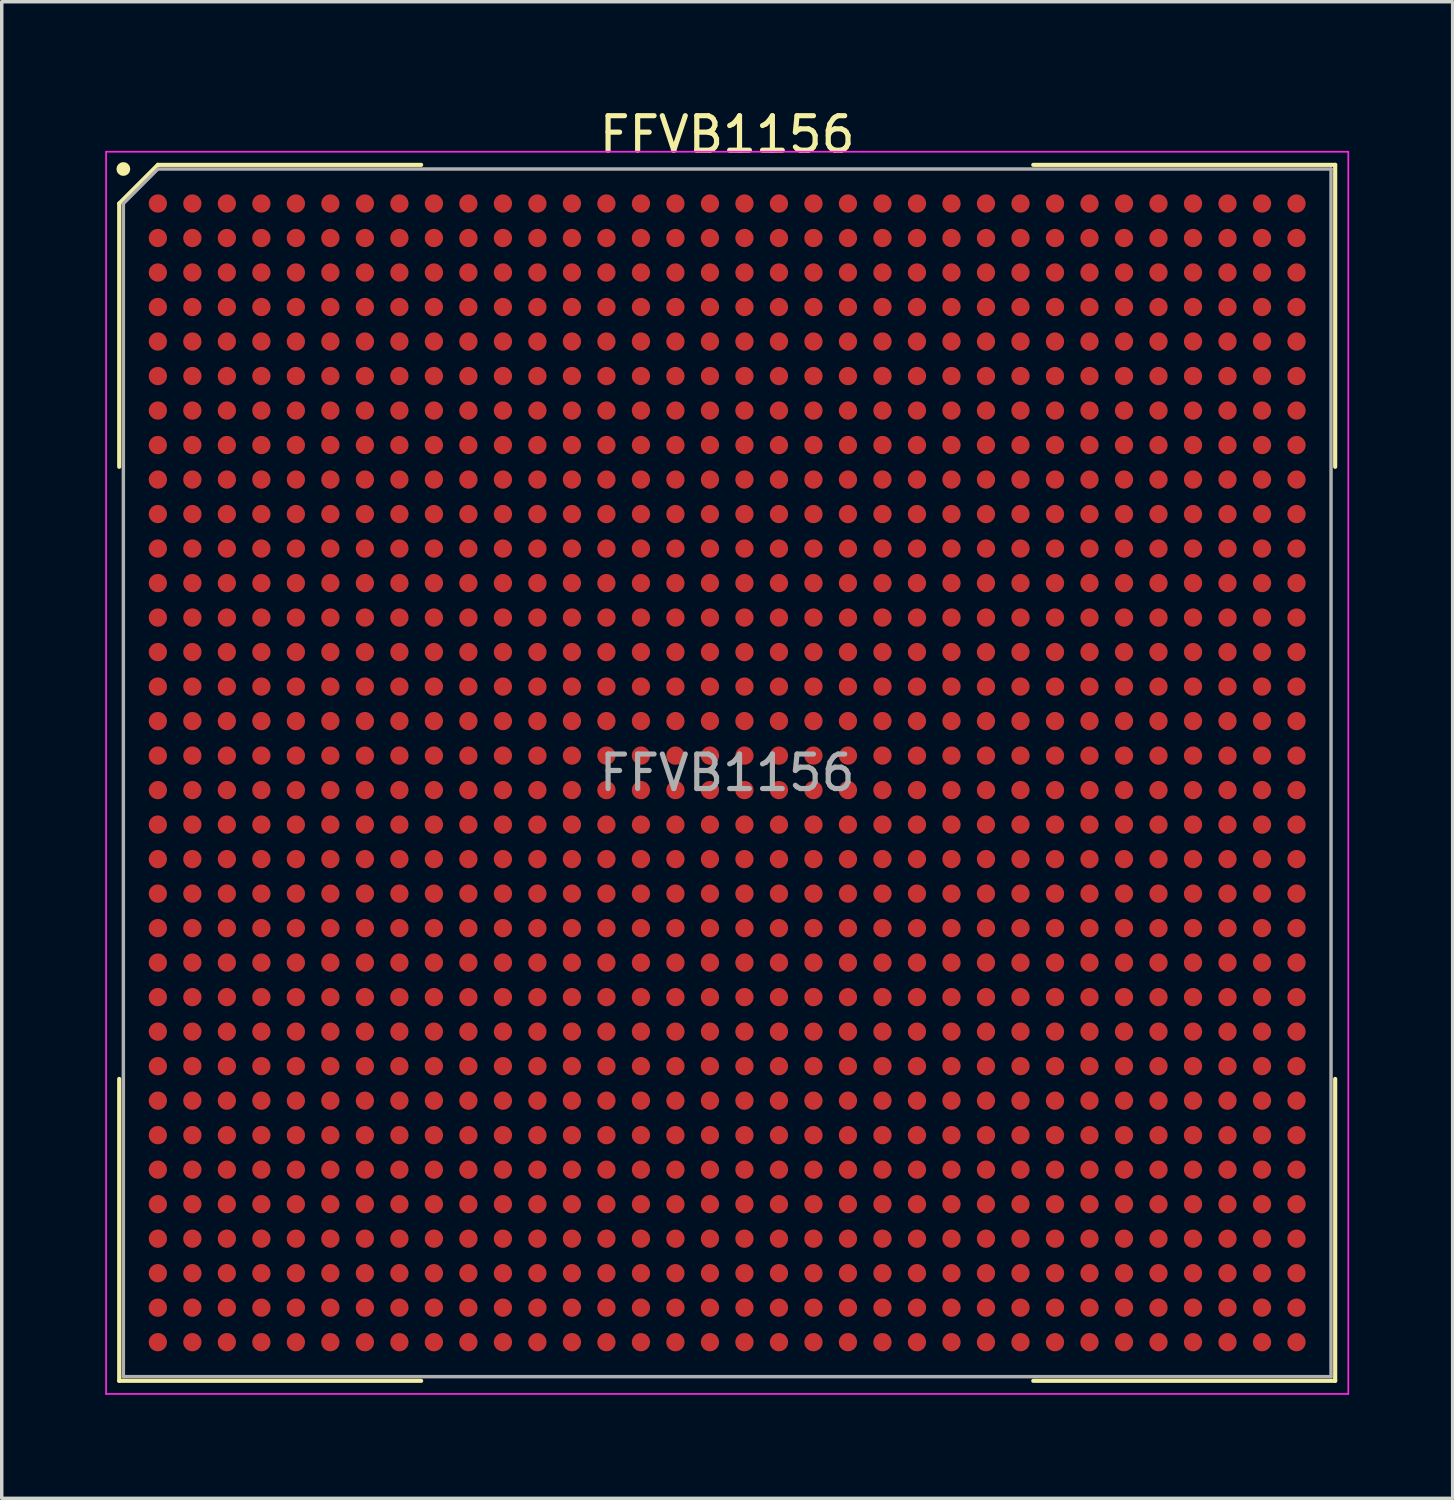
<source format=kicad_pcb>
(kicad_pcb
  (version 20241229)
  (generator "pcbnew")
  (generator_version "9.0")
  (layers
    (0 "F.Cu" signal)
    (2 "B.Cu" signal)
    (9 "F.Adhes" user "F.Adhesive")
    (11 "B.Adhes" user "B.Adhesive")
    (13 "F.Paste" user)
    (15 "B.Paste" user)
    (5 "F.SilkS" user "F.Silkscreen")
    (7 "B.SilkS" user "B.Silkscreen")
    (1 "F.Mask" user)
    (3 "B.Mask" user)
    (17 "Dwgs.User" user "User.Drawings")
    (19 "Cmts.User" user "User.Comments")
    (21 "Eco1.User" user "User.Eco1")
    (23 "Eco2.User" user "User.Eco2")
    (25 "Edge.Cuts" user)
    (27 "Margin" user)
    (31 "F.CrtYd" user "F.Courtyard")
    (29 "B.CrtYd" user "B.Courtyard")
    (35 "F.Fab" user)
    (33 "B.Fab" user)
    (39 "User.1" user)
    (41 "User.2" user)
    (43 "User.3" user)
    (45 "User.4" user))
  (footprint "FFVB1156"
    (layer "F.Cu")
    (at 18.025 19.348)
    (property "Reference" "FFVB1156" (at 0 -18.5 0) (layer "F.SilkS") (effects (font (size 1 1) (thickness 0.15))))
    (attr smd)
    (fp_line (start -17.62 -16.5) (end -17.62 -8.87) (stroke (width 0.12) (type default)) (layer "F.SilkS"))
    (fp_line (start -17.62 17.62) (end -17.62 8.87) (stroke (width 0.12) (type default)) (layer "F.SilkS"))
    (fp_line (start -16.5 -17.62) (end -17.62 -16.5) (stroke (width 0.12) (type default)) (layer "F.SilkS"))
    (fp_line (start -8.87 -17.62) (end -16.5 -17.62) (stroke (width 0.12) (type default)) (layer "F.SilkS"))
    (fp_line (start -8.87 17.62) (end -17.62 17.62) (stroke (width 0.12) (type default)) (layer "F.SilkS"))
    (fp_line (start 8.87 -17.62) (end 17.62 -17.62) (stroke (width 0.12) (type default)) (layer "F.SilkS"))
    (fp_line (start 8.87 17.62) (end 17.62 17.62) (stroke (width 0.12) (type default)) (layer "F.SilkS"))
    (fp_line (start 17.62 -17.62) (end 17.62 -8.87) (stroke (width 0.12) (type default)) (layer "F.SilkS"))
    (fp_line (start 17.62 17.62) (end 17.62 8.87) (stroke (width 0.12) (type default)) (layer "F.SilkS"))
    (fp_circle (center -17.5 -17.5) (end -17.5 -17.4) (stroke (width 0.2) (type default)) (fill no) (layer "F.SilkS"))
    (fp_line (start -18 -18) (end 18 -18) (stroke (width 0.05) (type default)) (layer "F.CrtYd"))
    (fp_line (start -18 18) (end -18 -18) (stroke (width 0.05) (type default)) (layer "F.CrtYd"))
    (fp_line (start 18 -18) (end 18 18) (stroke (width 0.05) (type default)) (layer "F.CrtYd"))
    (fp_line (start 18 18) (end -18 18) (stroke (width 0.05) (type default)) (layer "F.CrtYd"))
    (fp_line (start -17.5 -16.5) (end -17.5 17.5) (stroke (width 0.1) (type default)) (layer "F.Fab"))
    (fp_line (start -17.5 17.5) (end 17.5 17.5) (stroke (width 0.1) (type default)) (layer "F.Fab"))
    (fp_line (start -16.5 -17.5) (end -17.5 -16.5) (stroke (width 0.1) (type default)) (layer "F.Fab"))
    (fp_line (start 17.5 -17.5) (end -16.5 -17.5) (stroke (width 0.1) (type default)) (layer "F.Fab"))
    (fp_line (start 17.5 17.5) (end 17.5 -17.5) (stroke (width 0.1) (type default)) (layer "F.Fab"))
    (fp_text user "${REFERENCE}" (at 0 0 0) (layer "F.Fab") (effects (font (size 1 1) (thickness 0.15))))
    (pad "A1" smd circle (at -16.5 -16.5) (size 0.53 0.53) (layers "F.Cu" "F.Mask" "F.Paste"))
    (pad "A2" smd circle (at -15.5 -16.5) (size 0.53 0.53) (layers "F.Cu" "F.Mask" "F.Paste"))
    (pad "A3" smd circle (at -14.5 -16.5) (size 0.53 0.53) (layers "F.Cu" "F.Mask" "F.Paste"))
    (pad "A4" smd circle (at -13.5 -16.5) (size 0.53 0.53) (layers "F.Cu" "F.Mask" "F.Paste"))
    (pad "A5" smd circle (at -12.5 -16.5) (size 0.53 0.53) (layers "F.Cu" "F.Mask" "F.Paste"))
    (pad "A6" smd circle (at -11.5 -16.5) (size 0.53 0.53) (layers "F.Cu" "F.Mask" "F.Paste"))
    (pad "A7" smd circle (at -10.5 -16.5) (size 0.53 0.53) (layers "F.Cu" "F.Mask" "F.Paste"))
    (pad "A8" smd circle (at -9.5 -16.5) (size 0.53 0.53) (layers "F.Cu" "F.Mask" "F.Paste"))
    (pad "A9" smd circle (at -8.5 -16.5) (size 0.53 0.53) (layers "F.Cu" "F.Mask" "F.Paste"))
    (pad "A10" smd circle (at -7.5 -16.5) (size 0.53 0.53) (layers "F.Cu" "F.Mask" "F.Paste"))
    (pad "A11" smd circle (at -6.5 -16.5) (size 0.53 0.53) (layers "F.Cu" "F.Mask" "F.Paste"))
    (pad "A12" smd circle (at -5.5 -16.5) (size 0.53 0.53) (layers "F.Cu" "F.Mask" "F.Paste"))
    (pad "A13" smd circle (at -4.5 -16.5) (size 0.53 0.53) (layers "F.Cu" "F.Mask" "F.Paste"))
    (pad "A14" smd circle (at -3.5 -16.5) (size 0.53 0.53) (layers "F.Cu" "F.Mask" "F.Paste"))
    (pad "A15" smd circle (at -2.5 -16.5) (size 0.53 0.53) (layers "F.Cu" "F.Mask" "F.Paste"))
    (pad "A16" smd circle (at -1.5 -16.5) (size 0.53 0.53) (layers "F.Cu" "F.Mask" "F.Paste"))
    (pad "A17" smd circle (at -0.5 -16.5) (size 0.53 0.53) (layers "F.Cu" "F.Mask" "F.Paste"))
    (pad "A18" smd circle (at 0.5 -16.5) (size 0.53 0.53) (layers "F.Cu" "F.Mask" "F.Paste"))
    (pad "A19" smd circle (at 1.5 -16.5) (size 0.53 0.53) (layers "F.Cu" "F.Mask" "F.Paste"))
    (pad "A20" smd circle (at 2.5 -16.5) (size 0.53 0.53) (layers "F.Cu" "F.Mask" "F.Paste"))
    (pad "A21" smd circle (at 3.5 -16.5) (size 0.53 0.53) (layers "F.Cu" "F.Mask" "F.Paste"))
    (pad "A22" smd circle (at 4.5 -16.5) (size 0.53 0.53) (layers "F.Cu" "F.Mask" "F.Paste"))
    (pad "A23" smd circle (at 5.5 -16.5) (size 0.53 0.53) (layers "F.Cu" "F.Mask" "F.Paste"))
    (pad "A24" smd circle (at 6.5 -16.5) (size 0.53 0.53) (layers "F.Cu" "F.Mask" "F.Paste"))
    (pad "A25" smd circle (at 7.5 -16.5) (size 0.53 0.53) (layers "F.Cu" "F.Mask" "F.Paste"))
    (pad "A26" smd circle (at 8.5 -16.5) (size 0.53 0.53) (layers "F.Cu" "F.Mask" "F.Paste"))
    (pad "A27" smd circle (at 9.5 -16.5) (size 0.53 0.53) (layers "F.Cu" "F.Mask" "F.Paste"))
    (pad "A28" smd circle (at 10.5 -16.5) (size 0.53 0.53) (layers "F.Cu" "F.Mask" "F.Paste"))
    (pad "A29" smd circle (at 11.5 -16.5) (size 0.53 0.53) (layers "F.Cu" "F.Mask" "F.Paste"))
    (pad "A30" smd circle (at 12.5 -16.5) (size 0.53 0.53) (layers "F.Cu" "F.Mask" "F.Paste"))
    (pad "A31" smd circle (at 13.5 -16.5) (size 0.53 0.53) (layers "F.Cu" "F.Mask" "F.Paste"))
    (pad "A32" smd circle (at 14.5 -16.5) (size 0.53 0.53) (layers "F.Cu" "F.Mask" "F.Paste"))
    (pad "A33" smd circle (at 15.5 -16.5) (size 0.53 0.53) (layers "F.Cu" "F.Mask" "F.Paste"))
    (pad "A34" smd circle (at 16.5 -16.5) (size 0.53 0.53) (layers "F.Cu" "F.Mask" "F.Paste"))
    (pad "AA1" smd circle (at -16.5 3.5) (size 0.53 0.53) (layers "F.Cu" "F.Mask" "F.Paste"))
    (pad "AA2" smd circle (at -15.5 3.5) (size 0.53 0.53) (layers "F.Cu" "F.Mask" "F.Paste"))
    (pad "AA3" smd circle (at -14.5 3.5) (size 0.53 0.53) (layers "F.Cu" "F.Mask" "F.Paste"))
    (pad "AA4" smd circle (at -13.5 3.5) (size 0.53 0.53) (layers "F.Cu" "F.Mask" "F.Paste"))
    (pad "AA5" smd circle (at -12.5 3.5) (size 0.53 0.53) (layers "F.Cu" "F.Mask" "F.Paste"))
    (pad "AA6" smd circle (at -11.5 3.5) (size 0.53 0.53) (layers "F.Cu" "F.Mask" "F.Paste"))
    (pad "AA7" smd circle (at -10.5 3.5) (size 0.53 0.53) (layers "F.Cu" "F.Mask" "F.Paste"))
    (pad "AA8" smd circle (at -9.5 3.5) (size 0.53 0.53) (layers "F.Cu" "F.Mask" "F.Paste"))
    (pad "AA9" smd circle (at -8.5 3.5) (size 0.53 0.53) (layers "F.Cu" "F.Mask" "F.Paste"))
    (pad "AA10" smd circle (at -7.5 3.5) (size 0.53 0.53) (layers "F.Cu" "F.Mask" "F.Paste"))
    (pad "AA11" smd circle (at -6.5 3.5) (size 0.53 0.53) (layers "F.Cu" "F.Mask" "F.Paste"))
    (pad "AA12" smd circle (at -5.5 3.5) (size 0.53 0.53) (layers "F.Cu" "F.Mask" "F.Paste"))
    (pad "AA13" smd circle (at -4.5 3.5) (size 0.53 0.53) (layers "F.Cu" "F.Mask" "F.Paste"))
    (pad "AA14" smd circle (at -3.5 3.5) (size 0.53 0.53) (layers "F.Cu" "F.Mask" "F.Paste"))
    (pad "AA15" smd circle (at -2.5 3.5) (size 0.53 0.53) (layers "F.Cu" "F.Mask" "F.Paste"))
    (pad "AA16" smd circle (at -1.5 3.5) (size 0.53 0.53) (layers "F.Cu" "F.Mask" "F.Paste"))
    (pad "AA17" smd circle (at -0.5 3.5) (size 0.53 0.53) (layers "F.Cu" "F.Mask" "F.Paste"))
    (pad "AA18" smd circle (at 0.5 3.5) (size 0.53 0.53) (layers "F.Cu" "F.Mask" "F.Paste"))
    (pad "AA19" smd circle (at 1.5 3.5) (size 0.53 0.53) (layers "F.Cu" "F.Mask" "F.Paste"))
    (pad "AA20" smd circle (at 2.5 3.5) (size 0.53 0.53) (layers "F.Cu" "F.Mask" "F.Paste"))
    (pad "AA21" smd circle (at 3.5 3.5) (size 0.53 0.53) (layers "F.Cu" "F.Mask" "F.Paste"))
    (pad "AA22" smd circle (at 4.5 3.5) (size 0.53 0.53) (layers "F.Cu" "F.Mask" "F.Paste"))
    (pad "AA23" smd circle (at 5.5 3.5) (size 0.53 0.53) (layers "F.Cu" "F.Mask" "F.Paste"))
    (pad "AA24" smd circle (at 6.5 3.5) (size 0.53 0.53) (layers "F.Cu" "F.Mask" "F.Paste"))
    (pad "AA25" smd circle (at 7.5 3.5) (size 0.53 0.53) (layers "F.Cu" "F.Mask" "F.Paste"))
    (pad "AA26" smd circle (at 8.5 3.5) (size 0.53 0.53) (layers "F.Cu" "F.Mask" "F.Paste"))
    (pad "AA27" smd circle (at 9.5 3.5) (size 0.53 0.53) (layers "F.Cu" "F.Mask" "F.Paste"))
    (pad "AA28" smd circle (at 10.5 3.5) (size 0.53 0.53) (layers "F.Cu" "F.Mask" "F.Paste"))
    (pad "AA29" smd circle (at 11.5 3.5) (size 0.53 0.53) (layers "F.Cu" "F.Mask" "F.Paste"))
    (pad "AA30" smd circle (at 12.5 3.5) (size 0.53 0.53) (layers "F.Cu" "F.Mask" "F.Paste"))
    (pad "AA31" smd circle (at 13.5 3.5) (size 0.53 0.53) (layers "F.Cu" "F.Mask" "F.Paste"))
    (pad "AA32" smd circle (at 14.5 3.5) (size 0.53 0.53) (layers "F.Cu" "F.Mask" "F.Paste"))
    (pad "AA33" smd circle (at 15.5 3.5) (size 0.53 0.53) (layers "F.Cu" "F.Mask" "F.Paste"))
    (pad "AA34" smd circle (at 16.5 3.5) (size 0.53 0.53) (layers "F.Cu" "F.Mask" "F.Paste"))
    (pad "AB1" smd circle (at -16.5 4.5) (size 0.53 0.53) (layers "F.Cu" "F.Mask" "F.Paste"))
    (pad "AB2" smd circle (at -15.5 4.5) (size 0.53 0.53) (layers "F.Cu" "F.Mask" "F.Paste"))
    (pad "AB3" smd circle (at -14.5 4.5) (size 0.53 0.53) (layers "F.Cu" "F.Mask" "F.Paste"))
    (pad "AB4" smd circle (at -13.5 4.5) (size 0.53 0.53) (layers "F.Cu" "F.Mask" "F.Paste"))
    (pad "AB5" smd circle (at -12.5 4.5) (size 0.53 0.53) (layers "F.Cu" "F.Mask" "F.Paste"))
    (pad "AB6" smd circle (at -11.5 4.5) (size 0.53 0.53) (layers "F.Cu" "F.Mask" "F.Paste"))
    (pad "AB7" smd circle (at -10.5 4.5) (size 0.53 0.53) (layers "F.Cu" "F.Mask" "F.Paste"))
    (pad "AB8" smd circle (at -9.5 4.5) (size 0.53 0.53) (layers "F.Cu" "F.Mask" "F.Paste"))
    (pad "AB9" smd circle (at -8.5 4.5) (size 0.53 0.53) (layers "F.Cu" "F.Mask" "F.Paste"))
    (pad "AB10" smd circle (at -7.5 4.5) (size 0.53 0.53) (layers "F.Cu" "F.Mask" "F.Paste"))
    (pad "AB11" smd circle (at -6.5 4.5) (size 0.53 0.53) (layers "F.Cu" "F.Mask" "F.Paste"))
    (pad "AB12" smd circle (at -5.5 4.5) (size 0.53 0.53) (layers "F.Cu" "F.Mask" "F.Paste"))
    (pad "AB13" smd circle (at -4.5 4.5) (size 0.53 0.53) (layers "F.Cu" "F.Mask" "F.Paste"))
    (pad "AB14" smd circle (at -3.5 4.5) (size 0.53 0.53) (layers "F.Cu" "F.Mask" "F.Paste"))
    (pad "AB15" smd circle (at -2.5 4.5) (size 0.53 0.53) (layers "F.Cu" "F.Mask" "F.Paste"))
    (pad "AB16" smd circle (at -1.5 4.5) (size 0.53 0.53) (layers "F.Cu" "F.Mask" "F.Paste"))
    (pad "AB17" smd circle (at -0.5 4.5) (size 0.53 0.53) (layers "F.Cu" "F.Mask" "F.Paste"))
    (pad "AB18" smd circle (at 0.5 4.5) (size 0.53 0.53) (layers "F.Cu" "F.Mask" "F.Paste"))
    (pad "AB19" smd circle (at 1.5 4.5) (size 0.53 0.53) (layers "F.Cu" "F.Mask" "F.Paste"))
    (pad "AB20" smd circle (at 2.5 4.5) (size 0.53 0.53) (layers "F.Cu" "F.Mask" "F.Paste"))
    (pad "AB21" smd circle (at 3.5 4.5) (size 0.53 0.53) (layers "F.Cu" "F.Mask" "F.Paste"))
    (pad "AB22" smd circle (at 4.5 4.5) (size 0.53 0.53) (layers "F.Cu" "F.Mask" "F.Paste"))
    (pad "AB23" smd circle (at 5.5 4.5) (size 0.53 0.53) (layers "F.Cu" "F.Mask" "F.Paste"))
    (pad "AB24" smd circle (at 6.5 4.5) (size 0.53 0.53) (layers "F.Cu" "F.Mask" "F.Paste"))
    (pad "AB25" smd circle (at 7.5 4.5) (size 0.53 0.53) (layers "F.Cu" "F.Mask" "F.Paste"))
    (pad "AB26" smd circle (at 8.5 4.5) (size 0.53 0.53) (layers "F.Cu" "F.Mask" "F.Paste"))
    (pad "AB27" smd circle (at 9.5 4.5) (size 0.53 0.53) (layers "F.Cu" "F.Mask" "F.Paste"))
    (pad "AB28" smd circle (at 10.5 4.5) (size 0.53 0.53) (layers "F.Cu" "F.Mask" "F.Paste"))
    (pad "AB29" smd circle (at 11.5 4.5) (size 0.53 0.53) (layers "F.Cu" "F.Mask" "F.Paste"))
    (pad "AB30" smd circle (at 12.5 4.5) (size 0.53 0.53) (layers "F.Cu" "F.Mask" "F.Paste"))
    (pad "AB31" smd circle (at 13.5 4.5) (size 0.53 0.53) (layers "F.Cu" "F.Mask" "F.Paste"))
    (pad "AB32" smd circle (at 14.5 4.5) (size 0.53 0.53) (layers "F.Cu" "F.Mask" "F.Paste"))
    (pad "AB33" smd circle (at 15.5 4.5) (size 0.53 0.53) (layers "F.Cu" "F.Mask" "F.Paste"))
    (pad "AB34" smd circle (at 16.5 4.5) (size 0.53 0.53) (layers "F.Cu" "F.Mask" "F.Paste"))
    (pad "AC1" smd circle (at -16.5 5.5) (size 0.53 0.53) (layers "F.Cu" "F.Mask" "F.Paste"))
    (pad "AC2" smd circle (at -15.5 5.5) (size 0.53 0.53) (layers "F.Cu" "F.Mask" "F.Paste"))
    (pad "AC3" smd circle (at -14.5 5.5) (size 0.53 0.53) (layers "F.Cu" "F.Mask" "F.Paste"))
    (pad "AC4" smd circle (at -13.5 5.5) (size 0.53 0.53) (layers "F.Cu" "F.Mask" "F.Paste"))
    (pad "AC5" smd circle (at -12.5 5.5) (size 0.53 0.53) (layers "F.Cu" "F.Mask" "F.Paste"))
    (pad "AC6" smd circle (at -11.5 5.5) (size 0.53 0.53) (layers "F.Cu" "F.Mask" "F.Paste"))
    (pad "AC7" smd circle (at -10.5 5.5) (size 0.53 0.53) (layers "F.Cu" "F.Mask" "F.Paste"))
    (pad "AC8" smd circle (at -9.5 5.5) (size 0.53 0.53) (layers "F.Cu" "F.Mask" "F.Paste"))
    (pad "AC9" smd circle (at -8.5 5.5) (size 0.53 0.53) (layers "F.Cu" "F.Mask" "F.Paste"))
    (pad "AC10" smd circle (at -7.5 5.5) (size 0.53 0.53) (layers "F.Cu" "F.Mask" "F.Paste"))
    (pad "AC11" smd circle (at -6.5 5.5) (size 0.53 0.53) (layers "F.Cu" "F.Mask" "F.Paste"))
    (pad "AC12" smd circle (at -5.5 5.5) (size 0.53 0.53) (layers "F.Cu" "F.Mask" "F.Paste"))
    (pad "AC13" smd circle (at -4.5 5.5) (size 0.53 0.53) (layers "F.Cu" "F.Mask" "F.Paste"))
    (pad "AC14" smd circle (at -3.5 5.5) (size 0.53 0.53) (layers "F.Cu" "F.Mask" "F.Paste"))
    (pad "AC15" smd circle (at -2.5 5.5) (size 0.53 0.53) (layers "F.Cu" "F.Mask" "F.Paste"))
    (pad "AC16" smd circle (at -1.5 5.5) (size 0.53 0.53) (layers "F.Cu" "F.Mask" "F.Paste"))
    (pad "AC17" smd circle (at -0.5 5.5) (size 0.53 0.53) (layers "F.Cu" "F.Mask" "F.Paste"))
    (pad "AC18" smd circle (at 0.5 5.5) (size 0.53 0.53) (layers "F.Cu" "F.Mask" "F.Paste"))
    (pad "AC19" smd circle (at 1.5 5.5) (size 0.53 0.53) (layers "F.Cu" "F.Mask" "F.Paste"))
    (pad "AC20" smd circle (at 2.5 5.5) (size 0.53 0.53) (layers "F.Cu" "F.Mask" "F.Paste"))
    (pad "AC21" smd circle (at 3.5 5.5) (size 0.53 0.53) (layers "F.Cu" "F.Mask" "F.Paste"))
    (pad "AC22" smd circle (at 4.5 5.5) (size 0.53 0.53) (layers "F.Cu" "F.Mask" "F.Paste"))
    (pad "AC23" smd circle (at 5.5 5.5) (size 0.53 0.53) (layers "F.Cu" "F.Mask" "F.Paste"))
    (pad "AC24" smd circle (at 6.5 5.5) (size 0.53 0.53) (layers "F.Cu" "F.Mask" "F.Paste"))
    (pad "AC25" smd circle (at 7.5 5.5) (size 0.53 0.53) (layers "F.Cu" "F.Mask" "F.Paste"))
    (pad "AC26" smd circle (at 8.5 5.5) (size 0.53 0.53) (layers "F.Cu" "F.Mask" "F.Paste"))
    (pad "AC27" smd circle (at 9.5 5.5) (size 0.53 0.53) (layers "F.Cu" "F.Mask" "F.Paste"))
    (pad "AC28" smd circle (at 10.5 5.5) (size 0.53 0.53) (layers "F.Cu" "F.Mask" "F.Paste"))
    (pad "AC29" smd circle (at 11.5 5.5) (size 0.53 0.53) (layers "F.Cu" "F.Mask" "F.Paste"))
    (pad "AC30" smd circle (at 12.5 5.5) (size 0.53 0.53) (layers "F.Cu" "F.Mask" "F.Paste"))
    (pad "AC31" smd circle (at 13.5 5.5) (size 0.53 0.53) (layers "F.Cu" "F.Mask" "F.Paste"))
    (pad "AC32" smd circle (at 14.5 5.5) (size 0.53 0.53) (layers "F.Cu" "F.Mask" "F.Paste"))
    (pad "AC33" smd circle (at 15.5 5.5) (size 0.53 0.53) (layers "F.Cu" "F.Mask" "F.Paste"))
    (pad "AC34" smd circle (at 16.5 5.5) (size 0.53 0.53) (layers "F.Cu" "F.Mask" "F.Paste"))
    (pad "AD1" smd circle (at -16.5 6.5) (size 0.53 0.53) (layers "F.Cu" "F.Mask" "F.Paste"))
    (pad "AD2" smd circle (at -15.5 6.5) (size 0.53 0.53) (layers "F.Cu" "F.Mask" "F.Paste"))
    (pad "AD3" smd circle (at -14.5 6.5) (size 0.53 0.53) (layers "F.Cu" "F.Mask" "F.Paste"))
    (pad "AD4" smd circle (at -13.5 6.5) (size 0.53 0.53) (layers "F.Cu" "F.Mask" "F.Paste"))
    (pad "AD5" smd circle (at -12.5 6.5) (size 0.53 0.53) (layers "F.Cu" "F.Mask" "F.Paste"))
    (pad "AD6" smd circle (at -11.5 6.5) (size 0.53 0.53) (layers "F.Cu" "F.Mask" "F.Paste"))
    (pad "AD7" smd circle (at -10.5 6.5) (size 0.53 0.53) (layers "F.Cu" "F.Mask" "F.Paste"))
    (pad "AD8" smd circle (at -9.5 6.5) (size 0.53 0.53) (layers "F.Cu" "F.Mask" "F.Paste"))
    (pad "AD9" smd circle (at -8.5 6.5) (size 0.53 0.53) (layers "F.Cu" "F.Mask" "F.Paste"))
    (pad "AD10" smd circle (at -7.5 6.5) (size 0.53 0.53) (layers "F.Cu" "F.Mask" "F.Paste"))
    (pad "AD11" smd circle (at -6.5 6.5) (size 0.53 0.53) (layers "F.Cu" "F.Mask" "F.Paste"))
    (pad "AD12" smd circle (at -5.5 6.5) (size 0.53 0.53) (layers "F.Cu" "F.Mask" "F.Paste"))
    (pad "AD13" smd circle (at -4.5 6.5) (size 0.53 0.53) (layers "F.Cu" "F.Mask" "F.Paste"))
    (pad "AD14" smd circle (at -3.5 6.5) (size 0.53 0.53) (layers "F.Cu" "F.Mask" "F.Paste"))
    (pad "AD15" smd circle (at -2.5 6.5) (size 0.53 0.53) (layers "F.Cu" "F.Mask" "F.Paste"))
    (pad "AD16" smd circle (at -1.5 6.5) (size 0.53 0.53) (layers "F.Cu" "F.Mask" "F.Paste"))
    (pad "AD17" smd circle (at -0.5 6.5) (size 0.53 0.53) (layers "F.Cu" "F.Mask" "F.Paste"))
    (pad "AD18" smd circle (at 0.5 6.5) (size 0.53 0.53) (layers "F.Cu" "F.Mask" "F.Paste"))
    (pad "AD19" smd circle (at 1.5 6.5) (size 0.53 0.53) (layers "F.Cu" "F.Mask" "F.Paste"))
    (pad "AD20" smd circle (at 2.5 6.5) (size 0.53 0.53) (layers "F.Cu" "F.Mask" "F.Paste"))
    (pad "AD21" smd circle (at 3.5 6.5) (size 0.53 0.53) (layers "F.Cu" "F.Mask" "F.Paste"))
    (pad "AD22" smd circle (at 4.5 6.5) (size 0.53 0.53) (layers "F.Cu" "F.Mask" "F.Paste"))
    (pad "AD23" smd circle (at 5.5 6.5) (size 0.53 0.53) (layers "F.Cu" "F.Mask" "F.Paste"))
    (pad "AD24" smd circle (at 6.5 6.5) (size 0.53 0.53) (layers "F.Cu" "F.Mask" "F.Paste"))
    (pad "AD25" smd circle (at 7.5 6.5) (size 0.53 0.53) (layers "F.Cu" "F.Mask" "F.Paste"))
    (pad "AD26" smd circle (at 8.5 6.5) (size 0.53 0.53) (layers "F.Cu" "F.Mask" "F.Paste"))
    (pad "AD27" smd circle (at 9.5 6.5) (size 0.53 0.53) (layers "F.Cu" "F.Mask" "F.Paste"))
    (pad "AD28" smd circle (at 10.5 6.5) (size 0.53 0.53) (layers "F.Cu" "F.Mask" "F.Paste"))
    (pad "AD29" smd circle (at 11.5 6.5) (size 0.53 0.53) (layers "F.Cu" "F.Mask" "F.Paste"))
    (pad "AD30" smd circle (at 12.5 6.5) (size 0.53 0.53) (layers "F.Cu" "F.Mask" "F.Paste"))
    (pad "AD31" smd circle (at 13.5 6.5) (size 0.53 0.53) (layers "F.Cu" "F.Mask" "F.Paste"))
    (pad "AD32" smd circle (at 14.5 6.5) (size 0.53 0.53) (layers "F.Cu" "F.Mask" "F.Paste"))
    (pad "AD33" smd circle (at 15.5 6.5) (size 0.53 0.53) (layers "F.Cu" "F.Mask" "F.Paste"))
    (pad "AD34" smd circle (at 16.5 6.5) (size 0.53 0.53) (layers "F.Cu" "F.Mask" "F.Paste"))
    (pad "AE1" smd circle (at -16.5 7.5) (size 0.53 0.53) (layers "F.Cu" "F.Mask" "F.Paste"))
    (pad "AE2" smd circle (at -15.5 7.5) (size 0.53 0.53) (layers "F.Cu" "F.Mask" "F.Paste"))
    (pad "AE3" smd circle (at -14.5 7.5) (size 0.53 0.53) (layers "F.Cu" "F.Mask" "F.Paste"))
    (pad "AE4" smd circle (at -13.5 7.5) (size 0.53 0.53) (layers "F.Cu" "F.Mask" "F.Paste"))
    (pad "AE5" smd circle (at -12.5 7.5) (size 0.53 0.53) (layers "F.Cu" "F.Mask" "F.Paste"))
    (pad "AE6" smd circle (at -11.5 7.5) (size 0.53 0.53) (layers "F.Cu" "F.Mask" "F.Paste"))
    (pad "AE7" smd circle (at -10.5 7.5) (size 0.53 0.53) (layers "F.Cu" "F.Mask" "F.Paste"))
    (pad "AE8" smd circle (at -9.5 7.5) (size 0.53 0.53) (layers "F.Cu" "F.Mask" "F.Paste"))
    (pad "AE9" smd circle (at -8.5 7.5) (size 0.53 0.53) (layers "F.Cu" "F.Mask" "F.Paste"))
    (pad "AE10" smd circle (at -7.5 7.5) (size 0.53 0.53) (layers "F.Cu" "F.Mask" "F.Paste"))
    (pad "AE11" smd circle (at -6.5 7.5) (size 0.53 0.53) (layers "F.Cu" "F.Mask" "F.Paste"))
    (pad "AE12" smd circle (at -5.5 7.5) (size 0.53 0.53) (layers "F.Cu" "F.Mask" "F.Paste"))
    (pad "AE13" smd circle (at -4.5 7.5) (size 0.53 0.53) (layers "F.Cu" "F.Mask" "F.Paste"))
    (pad "AE14" smd circle (at -3.5 7.5) (size 0.53 0.53) (layers "F.Cu" "F.Mask" "F.Paste"))
    (pad "AE15" smd circle (at -2.5 7.5) (size 0.53 0.53) (layers "F.Cu" "F.Mask" "F.Paste"))
    (pad "AE16" smd circle (at -1.5 7.5) (size 0.53 0.53) (layers "F.Cu" "F.Mask" "F.Paste"))
    (pad "AE17" smd circle (at -0.5 7.5) (size 0.53 0.53) (layers "F.Cu" "F.Mask" "F.Paste"))
    (pad "AE18" smd circle (at 0.5 7.5) (size 0.53 0.53) (layers "F.Cu" "F.Mask" "F.Paste"))
    (pad "AE19" smd circle (at 1.5 7.5) (size 0.53 0.53) (layers "F.Cu" "F.Mask" "F.Paste"))
    (pad "AE20" smd circle (at 2.5 7.5) (size 0.53 0.53) (layers "F.Cu" "F.Mask" "F.Paste"))
    (pad "AE21" smd circle (at 3.5 7.5) (size 0.53 0.53) (layers "F.Cu" "F.Mask" "F.Paste"))
    (pad "AE22" smd circle (at 4.5 7.5) (size 0.53 0.53) (layers "F.Cu" "F.Mask" "F.Paste"))
    (pad "AE23" smd circle (at 5.5 7.5) (size 0.53 0.53) (layers "F.Cu" "F.Mask" "F.Paste"))
    (pad "AE24" smd circle (at 6.5 7.5) (size 0.53 0.53) (layers "F.Cu" "F.Mask" "F.Paste"))
    (pad "AE25" smd circle (at 7.5 7.5) (size 0.53 0.53) (layers "F.Cu" "F.Mask" "F.Paste"))
    (pad "AE26" smd circle (at 8.5 7.5) (size 0.53 0.53) (layers "F.Cu" "F.Mask" "F.Paste"))
    (pad "AE27" smd circle (at 9.5 7.5) (size 0.53 0.53) (layers "F.Cu" "F.Mask" "F.Paste"))
    (pad "AE28" smd circle (at 10.5 7.5) (size 0.53 0.53) (layers "F.Cu" "F.Mask" "F.Paste"))
    (pad "AE29" smd circle (at 11.5 7.5) (size 0.53 0.53) (layers "F.Cu" "F.Mask" "F.Paste"))
    (pad "AE30" smd circle (at 12.5 7.5) (size 0.53 0.53) (layers "F.Cu" "F.Mask" "F.Paste"))
    (pad "AE31" smd circle (at 13.5 7.5) (size 0.53 0.53) (layers "F.Cu" "F.Mask" "F.Paste"))
    (pad "AE32" smd circle (at 14.5 7.5) (size 0.53 0.53) (layers "F.Cu" "F.Mask" "F.Paste"))
    (pad "AE33" smd circle (at 15.5 7.5) (size 0.53 0.53) (layers "F.Cu" "F.Mask" "F.Paste"))
    (pad "AE34" smd circle (at 16.5 7.5) (size 0.53 0.53) (layers "F.Cu" "F.Mask" "F.Paste"))
    (pad "AF1" smd circle (at -16.5 8.5) (size 0.53 0.53) (layers "F.Cu" "F.Mask" "F.Paste"))
    (pad "AF2" smd circle (at -15.5 8.5) (size 0.53 0.53) (layers "F.Cu" "F.Mask" "F.Paste"))
    (pad "AF3" smd circle (at -14.5 8.5) (size 0.53 0.53) (layers "F.Cu" "F.Mask" "F.Paste"))
    (pad "AF4" smd circle (at -13.5 8.5) (size 0.53 0.53) (layers "F.Cu" "F.Mask" "F.Paste"))
    (pad "AF5" smd circle (at -12.5 8.5) (size 0.53 0.53) (layers "F.Cu" "F.Mask" "F.Paste"))
    (pad "AF6" smd circle (at -11.5 8.5) (size 0.53 0.53) (layers "F.Cu" "F.Mask" "F.Paste"))
    (pad "AF7" smd circle (at -10.5 8.5) (size 0.53 0.53) (layers "F.Cu" "F.Mask" "F.Paste"))
    (pad "AF8" smd circle (at -9.5 8.5) (size 0.53 0.53) (layers "F.Cu" "F.Mask" "F.Paste"))
    (pad "AF9" smd circle (at -8.5 8.5) (size 0.53 0.53) (layers "F.Cu" "F.Mask" "F.Paste"))
    (pad "AF10" smd circle (at -7.5 8.5) (size 0.53 0.53) (layers "F.Cu" "F.Mask" "F.Paste"))
    (pad "AF11" smd circle (at -6.5 8.5) (size 0.53 0.53) (layers "F.Cu" "F.Mask" "F.Paste"))
    (pad "AF12" smd circle (at -5.5 8.5) (size 0.53 0.53) (layers "F.Cu" "F.Mask" "F.Paste"))
    (pad "AF13" smd circle (at -4.5 8.5) (size 0.53 0.53) (layers "F.Cu" "F.Mask" "F.Paste"))
    (pad "AF14" smd circle (at -3.5 8.5) (size 0.53 0.53) (layers "F.Cu" "F.Mask" "F.Paste"))
    (pad "AF15" smd circle (at -2.5 8.5) (size 0.53 0.53) (layers "F.Cu" "F.Mask" "F.Paste"))
    (pad "AF16" smd circle (at -1.5 8.5) (size 0.53 0.53) (layers "F.Cu" "F.Mask" "F.Paste"))
    (pad "AF17" smd circle (at -0.5 8.5) (size 0.53 0.53) (layers "F.Cu" "F.Mask" "F.Paste"))
    (pad "AF18" smd circle (at 0.5 8.5) (size 0.53 0.53) (layers "F.Cu" "F.Mask" "F.Paste"))
    (pad "AF19" smd circle (at 1.5 8.5) (size 0.53 0.53) (layers "F.Cu" "F.Mask" "F.Paste"))
    (pad "AF20" smd circle (at 2.5 8.5) (size 0.53 0.53) (layers "F.Cu" "F.Mask" "F.Paste"))
    (pad "AF21" smd circle (at 3.5 8.5) (size 0.53 0.53) (layers "F.Cu" "F.Mask" "F.Paste"))
    (pad "AF22" smd circle (at 4.5 8.5) (size 0.53 0.53) (layers "F.Cu" "F.Mask" "F.Paste"))
    (pad "AF23" smd circle (at 5.5 8.5) (size 0.53 0.53) (layers "F.Cu" "F.Mask" "F.Paste"))
    (pad "AF24" smd circle (at 6.5 8.5) (size 0.53 0.53) (layers "F.Cu" "F.Mask" "F.Paste"))
    (pad "AF25" smd circle (at 7.5 8.5) (size 0.53 0.53) (layers "F.Cu" "F.Mask" "F.Paste"))
    (pad "AF26" smd circle (at 8.5 8.5) (size 0.53 0.53) (layers "F.Cu" "F.Mask" "F.Paste"))
    (pad "AF27" smd circle (at 9.5 8.5) (size 0.53 0.53) (layers "F.Cu" "F.Mask" "F.Paste"))
    (pad "AF28" smd circle (at 10.5 8.5) (size 0.53 0.53) (layers "F.Cu" "F.Mask" "F.Paste"))
    (pad "AF29" smd circle (at 11.5 8.5) (size 0.53 0.53) (layers "F.Cu" "F.Mask" "F.Paste"))
    (pad "AF30" smd circle (at 12.5 8.5) (size 0.53 0.53) (layers "F.Cu" "F.Mask" "F.Paste"))
    (pad "AF31" smd circle (at 13.5 8.5) (size 0.53 0.53) (layers "F.Cu" "F.Mask" "F.Paste"))
    (pad "AF32" smd circle (at 14.5 8.5) (size 0.53 0.53) (layers "F.Cu" "F.Mask" "F.Paste"))
    (pad "AF33" smd circle (at 15.5 8.5) (size 0.53 0.53) (layers "F.Cu" "F.Mask" "F.Paste"))
    (pad "AF34" smd circle (at 16.5 8.5) (size 0.53 0.53) (layers "F.Cu" "F.Mask" "F.Paste"))
    (pad "AG1" smd circle (at -16.5 9.5) (size 0.53 0.53) (layers "F.Cu" "F.Mask" "F.Paste"))
    (pad "AG2" smd circle (at -15.5 9.5) (size 0.53 0.53) (layers "F.Cu" "F.Mask" "F.Paste"))
    (pad "AG3" smd circle (at -14.5 9.5) (size 0.53 0.53) (layers "F.Cu" "F.Mask" "F.Paste"))
    (pad "AG4" smd circle (at -13.5 9.5) (size 0.53 0.53) (layers "F.Cu" "F.Mask" "F.Paste"))
    (pad "AG5" smd circle (at -12.5 9.5) (size 0.53 0.53) (layers "F.Cu" "F.Mask" "F.Paste"))
    (pad "AG6" smd circle (at -11.5 9.5) (size 0.53 0.53) (layers "F.Cu" "F.Mask" "F.Paste"))
    (pad "AG7" smd circle (at -10.5 9.5) (size 0.53 0.53) (layers "F.Cu" "F.Mask" "F.Paste"))
    (pad "AG8" smd circle (at -9.5 9.5) (size 0.53 0.53) (layers "F.Cu" "F.Mask" "F.Paste"))
    (pad "AG9" smd circle (at -8.5 9.5) (size 0.53 0.53) (layers "F.Cu" "F.Mask" "F.Paste"))
    (pad "AG10" smd circle (at -7.5 9.5) (size 0.53 0.53) (layers "F.Cu" "F.Mask" "F.Paste"))
    (pad "AG11" smd circle (at -6.5 9.5) (size 0.53 0.53) (layers "F.Cu" "F.Mask" "F.Paste"))
    (pad "AG12" smd circle (at -5.5 9.5) (size 0.53 0.53) (layers "F.Cu" "F.Mask" "F.Paste"))
    (pad "AG13" smd circle (at -4.5 9.5) (size 0.53 0.53) (layers "F.Cu" "F.Mask" "F.Paste"))
    (pad "AG14" smd circle (at -3.5 9.5) (size 0.53 0.53) (layers "F.Cu" "F.Mask" "F.Paste"))
    (pad "AG15" smd circle (at -2.5 9.5) (size 0.53 0.53) (layers "F.Cu" "F.Mask" "F.Paste"))
    (pad "AG16" smd circle (at -1.5 9.5) (size 0.53 0.53) (layers "F.Cu" "F.Mask" "F.Paste"))
    (pad "AG17" smd circle (at -0.5 9.5) (size 0.53 0.53) (layers "F.Cu" "F.Mask" "F.Paste"))
    (pad "AG18" smd circle (at 0.5 9.5) (size 0.53 0.53) (layers "F.Cu" "F.Mask" "F.Paste"))
    (pad "AG19" smd circle (at 1.5 9.5) (size 0.53 0.53) (layers "F.Cu" "F.Mask" "F.Paste"))
    (pad "AG20" smd circle (at 2.5 9.5) (size 0.53 0.53) (layers "F.Cu" "F.Mask" "F.Paste"))
    (pad "AG21" smd circle (at 3.5 9.5) (size 0.53 0.53) (layers "F.Cu" "F.Mask" "F.Paste"))
    (pad "AG22" smd circle (at 4.5 9.5) (size 0.53 0.53) (layers "F.Cu" "F.Mask" "F.Paste"))
    (pad "AG23" smd circle (at 5.5 9.5) (size 0.53 0.53) (layers "F.Cu" "F.Mask" "F.Paste"))
    (pad "AG24" smd circle (at 6.5 9.5) (size 0.53 0.53) (layers "F.Cu" "F.Mask" "F.Paste"))
    (pad "AG25" smd circle (at 7.5 9.5) (size 0.53 0.53) (layers "F.Cu" "F.Mask" "F.Paste"))
    (pad "AG26" smd circle (at 8.5 9.5) (size 0.53 0.53) (layers "F.Cu" "F.Mask" "F.Paste"))
    (pad "AG27" smd circle (at 9.5 9.5) (size 0.53 0.53) (layers "F.Cu" "F.Mask" "F.Paste"))
    (pad "AG28" smd circle (at 10.5 9.5) (size 0.53 0.53) (layers "F.Cu" "F.Mask" "F.Paste"))
    (pad "AG29" smd circle (at 11.5 9.5) (size 0.53 0.53) (layers "F.Cu" "F.Mask" "F.Paste"))
    (pad "AG30" smd circle (at 12.5 9.5) (size 0.53 0.53) (layers "F.Cu" "F.Mask" "F.Paste"))
    (pad "AG31" smd circle (at 13.5 9.5) (size 0.53 0.53) (layers "F.Cu" "F.Mask" "F.Paste"))
    (pad "AG32" smd circle (at 14.5 9.5) (size 0.53 0.53) (layers "F.Cu" "F.Mask" "F.Paste"))
    (pad "AG33" smd circle (at 15.5 9.5) (size 0.53 0.53) (layers "F.Cu" "F.Mask" "F.Paste"))
    (pad "AG34" smd circle (at 16.5 9.5) (size 0.53 0.53) (layers "F.Cu" "F.Mask" "F.Paste"))
    (pad "AH1" smd circle (at -16.5 10.5) (size 0.53 0.53) (layers "F.Cu" "F.Mask" "F.Paste"))
    (pad "AH2" smd circle (at -15.5 10.5) (size 0.53 0.53) (layers "F.Cu" "F.Mask" "F.Paste"))
    (pad "AH3" smd circle (at -14.5 10.5) (size 0.53 0.53) (layers "F.Cu" "F.Mask" "F.Paste"))
    (pad "AH4" smd circle (at -13.5 10.5) (size 0.53 0.53) (layers "F.Cu" "F.Mask" "F.Paste"))
    (pad "AH5" smd circle (at -12.5 10.5) (size 0.53 0.53) (layers "F.Cu" "F.Mask" "F.Paste"))
    (pad "AH6" smd circle (at -11.5 10.5) (size 0.53 0.53) (layers "F.Cu" "F.Mask" "F.Paste"))
    (pad "AH7" smd circle (at -10.5 10.5) (size 0.53 0.53) (layers "F.Cu" "F.Mask" "F.Paste"))
    (pad "AH8" smd circle (at -9.5 10.5) (size 0.53 0.53) (layers "F.Cu" "F.Mask" "F.Paste"))
    (pad "AH9" smd circle (at -8.5 10.5) (size 0.53 0.53) (layers "F.Cu" "F.Mask" "F.Paste"))
    (pad "AH10" smd circle (at -7.5 10.5) (size 0.53 0.53) (layers "F.Cu" "F.Mask" "F.Paste"))
    (pad "AH11" smd circle (at -6.5 10.5) (size 0.53 0.53) (layers "F.Cu" "F.Mask" "F.Paste"))
    (pad "AH12" smd circle (at -5.5 10.5) (size 0.53 0.53) (layers "F.Cu" "F.Mask" "F.Paste"))
    (pad "AH13" smd circle (at -4.5 10.5) (size 0.53 0.53) (layers "F.Cu" "F.Mask" "F.Paste"))
    (pad "AH14" smd circle (at -3.5 10.5) (size 0.53 0.53) (layers "F.Cu" "F.Mask" "F.Paste"))
    (pad "AH15" smd circle (at -2.5 10.5) (size 0.53 0.53) (layers "F.Cu" "F.Mask" "F.Paste"))
    (pad "AH16" smd circle (at -1.5 10.5) (size 0.53 0.53) (layers "F.Cu" "F.Mask" "F.Paste"))
    (pad "AH17" smd circle (at -0.5 10.5) (size 0.53 0.53) (layers "F.Cu" "F.Mask" "F.Paste"))
    (pad "AH18" smd circle (at 0.5 10.5) (size 0.53 0.53) (layers "F.Cu" "F.Mask" "F.Paste"))
    (pad "AH19" smd circle (at 1.5 10.5) (size 0.53 0.53) (layers "F.Cu" "F.Mask" "F.Paste"))
    (pad "AH20" smd circle (at 2.5 10.5) (size 0.53 0.53) (layers "F.Cu" "F.Mask" "F.Paste"))
    (pad "AH21" smd circle (at 3.5 10.5) (size 0.53 0.53) (layers "F.Cu" "F.Mask" "F.Paste"))
    (pad "AH22" smd circle (at 4.5 10.5) (size 0.53 0.53) (layers "F.Cu" "F.Mask" "F.Paste"))
    (pad "AH23" smd circle (at 5.5 10.5) (size 0.53 0.53) (layers "F.Cu" "F.Mask" "F.Paste"))
    (pad "AH24" smd circle (at 6.5 10.5) (size 0.53 0.53) (layers "F.Cu" "F.Mask" "F.Paste"))
    (pad "AH25" smd circle (at 7.5 10.5) (size 0.53 0.53) (layers "F.Cu" "F.Mask" "F.Paste"))
    (pad "AH26" smd circle (at 8.5 10.5) (size 0.53 0.53) (layers "F.Cu" "F.Mask" "F.Paste"))
    (pad "AH27" smd circle (at 9.5 10.5) (size 0.53 0.53) (layers "F.Cu" "F.Mask" "F.Paste"))
    (pad "AH28" smd circle (at 10.5 10.5) (size 0.53 0.53) (layers "F.Cu" "F.Mask" "F.Paste"))
    (pad "AH29" smd circle (at 11.5 10.5) (size 0.53 0.53) (layers "F.Cu" "F.Mask" "F.Paste"))
    (pad "AH30" smd circle (at 12.5 10.5) (size 0.53 0.53) (layers "F.Cu" "F.Mask" "F.Paste"))
    (pad "AH31" smd circle (at 13.5 10.5) (size 0.53 0.53) (layers "F.Cu" "F.Mask" "F.Paste"))
    (pad "AH32" smd circle (at 14.5 10.5) (size 0.53 0.53) (layers "F.Cu" "F.Mask" "F.Paste"))
    (pad "AH33" smd circle (at 15.5 10.5) (size 0.53 0.53) (layers "F.Cu" "F.Mask" "F.Paste"))
    (pad "AH34" smd circle (at 16.5 10.5) (size 0.53 0.53) (layers "F.Cu" "F.Mask" "F.Paste"))
    (pad "AJ1" smd circle (at -16.5 11.5) (size 0.53 0.53) (layers "F.Cu" "F.Mask" "F.Paste"))
    (pad "AJ2" smd circle (at -15.5 11.5) (size 0.53 0.53) (layers "F.Cu" "F.Mask" "F.Paste"))
    (pad "AJ3" smd circle (at -14.5 11.5) (size 0.53 0.53) (layers "F.Cu" "F.Mask" "F.Paste"))
    (pad "AJ4" smd circle (at -13.5 11.5) (size 0.53 0.53) (layers "F.Cu" "F.Mask" "F.Paste"))
    (pad "AJ5" smd circle (at -12.5 11.5) (size 0.53 0.53) (layers "F.Cu" "F.Mask" "F.Paste"))
    (pad "AJ6" smd circle (at -11.5 11.5) (size 0.53 0.53) (layers "F.Cu" "F.Mask" "F.Paste"))
    (pad "AJ7" smd circle (at -10.5 11.5) (size 0.53 0.53) (layers "F.Cu" "F.Mask" "F.Paste"))
    (pad "AJ8" smd circle (at -9.5 11.5) (size 0.53 0.53) (layers "F.Cu" "F.Mask" "F.Paste"))
    (pad "AJ9" smd circle (at -8.5 11.5) (size 0.53 0.53) (layers "F.Cu" "F.Mask" "F.Paste"))
    (pad "AJ10" smd circle (at -7.5 11.5) (size 0.53 0.53) (layers "F.Cu" "F.Mask" "F.Paste"))
    (pad "AJ11" smd circle (at -6.5 11.5) (size 0.53 0.53) (layers "F.Cu" "F.Mask" "F.Paste"))
    (pad "AJ12" smd circle (at -5.5 11.5) (size 0.53 0.53) (layers "F.Cu" "F.Mask" "F.Paste"))
    (pad "AJ13" smd circle (at -4.5 11.5) (size 0.53 0.53) (layers "F.Cu" "F.Mask" "F.Paste"))
    (pad "AJ14" smd circle (at -3.5 11.5) (size 0.53 0.53) (layers "F.Cu" "F.Mask" "F.Paste"))
    (pad "AJ15" smd circle (at -2.5 11.5) (size 0.53 0.53) (layers "F.Cu" "F.Mask" "F.Paste"))
    (pad "AJ16" smd circle (at -1.5 11.5) (size 0.53 0.53) (layers "F.Cu" "F.Mask" "F.Paste"))
    (pad "AJ17" smd circle (at -0.5 11.5) (size 0.53 0.53) (layers "F.Cu" "F.Mask" "F.Paste"))
    (pad "AJ18" smd circle (at 0.5 11.5) (size 0.53 0.53) (layers "F.Cu" "F.Mask" "F.Paste"))
    (pad "AJ19" smd circle (at 1.5 11.5) (size 0.53 0.53) (layers "F.Cu" "F.Mask" "F.Paste"))
    (pad "AJ20" smd circle (at 2.5 11.5) (size 0.53 0.53) (layers "F.Cu" "F.Mask" "F.Paste"))
    (pad "AJ21" smd circle (at 3.5 11.5) (size 0.53 0.53) (layers "F.Cu" "F.Mask" "F.Paste"))
    (pad "AJ22" smd circle (at 4.5 11.5) (size 0.53 0.53) (layers "F.Cu" "F.Mask" "F.Paste"))
    (pad "AJ23" smd circle (at 5.5 11.5) (size 0.53 0.53) (layers "F.Cu" "F.Mask" "F.Paste"))
    (pad "AJ24" smd circle (at 6.5 11.5) (size 0.53 0.53) (layers "F.Cu" "F.Mask" "F.Paste"))
    (pad "AJ25" smd circle (at 7.5 11.5) (size 0.53 0.53) (layers "F.Cu" "F.Mask" "F.Paste"))
    (pad "AJ26" smd circle (at 8.5 11.5) (size 0.53 0.53) (layers "F.Cu" "F.Mask" "F.Paste"))
    (pad "AJ27" smd circle (at 9.5 11.5) (size 0.53 0.53) (layers "F.Cu" "F.Mask" "F.Paste"))
    (pad "AJ28" smd circle (at 10.5 11.5) (size 0.53 0.53) (layers "F.Cu" "F.Mask" "F.Paste"))
    (pad "AJ29" smd circle (at 11.5 11.5) (size 0.53 0.53) (layers "F.Cu" "F.Mask" "F.Paste"))
    (pad "AJ30" smd circle (at 12.5 11.5) (size 0.53 0.53) (layers "F.Cu" "F.Mask" "F.Paste"))
    (pad "AJ31" smd circle (at 13.5 11.5) (size 0.53 0.53) (layers "F.Cu" "F.Mask" "F.Paste"))
    (pad "AJ32" smd circle (at 14.5 11.5) (size 0.53 0.53) (layers "F.Cu" "F.Mask" "F.Paste"))
    (pad "AJ33" smd circle (at 15.5 11.5) (size 0.53 0.53) (layers "F.Cu" "F.Mask" "F.Paste"))
    (pad "AJ34" smd circle (at 16.5 11.5) (size 0.53 0.53) (layers "F.Cu" "F.Mask" "F.Paste"))
    (pad "AK1" smd circle (at -16.5 12.5) (size 0.53 0.53) (layers "F.Cu" "F.Mask" "F.Paste"))
    (pad "AK2" smd circle (at -15.5 12.5) (size 0.53 0.53) (layers "F.Cu" "F.Mask" "F.Paste"))
    (pad "AK3" smd circle (at -14.5 12.5) (size 0.53 0.53) (layers "F.Cu" "F.Mask" "F.Paste"))
    (pad "AK4" smd circle (at -13.5 12.5) (size 0.53 0.53) (layers "F.Cu" "F.Mask" "F.Paste"))
    (pad "AK5" smd circle (at -12.5 12.5) (size 0.53 0.53) (layers "F.Cu" "F.Mask" "F.Paste"))
    (pad "AK6" smd circle (at -11.5 12.5) (size 0.53 0.53) (layers "F.Cu" "F.Mask" "F.Paste"))
    (pad "AK7" smd circle (at -10.5 12.5) (size 0.53 0.53) (layers "F.Cu" "F.Mask" "F.Paste"))
    (pad "AK8" smd circle (at -9.5 12.5) (size 0.53 0.53) (layers "F.Cu" "F.Mask" "F.Paste"))
    (pad "AK9" smd circle (at -8.5 12.5) (size 0.53 0.53) (layers "F.Cu" "F.Mask" "F.Paste"))
    (pad "AK10" smd circle (at -7.5 12.5) (size 0.53 0.53) (layers "F.Cu" "F.Mask" "F.Paste"))
    (pad "AK11" smd circle (at -6.5 12.5) (size 0.53 0.53) (layers "F.Cu" "F.Mask" "F.Paste"))
    (pad "AK12" smd circle (at -5.5 12.5) (size 0.53 0.53) (layers "F.Cu" "F.Mask" "F.Paste"))
    (pad "AK13" smd circle (at -4.5 12.5) (size 0.53 0.53) (layers "F.Cu" "F.Mask" "F.Paste"))
    (pad "AK14" smd circle (at -3.5 12.5) (size 0.53 0.53) (layers "F.Cu" "F.Mask" "F.Paste"))
    (pad "AK15" smd circle (at -2.5 12.5) (size 0.53 0.53) (layers "F.Cu" "F.Mask" "F.Paste"))
    (pad "AK16" smd circle (at -1.5 12.5) (size 0.53 0.53) (layers "F.Cu" "F.Mask" "F.Paste"))
    (pad "AK17" smd circle (at -0.5 12.5) (size 0.53 0.53) (layers "F.Cu" "F.Mask" "F.Paste"))
    (pad "AK18" smd circle (at 0.5 12.5) (size 0.53 0.53) (layers "F.Cu" "F.Mask" "F.Paste"))
    (pad "AK19" smd circle (at 1.5 12.5) (size 0.53 0.53) (layers "F.Cu" "F.Mask" "F.Paste"))
    (pad "AK20" smd circle (at 2.5 12.5) (size 0.53 0.53) (layers "F.Cu" "F.Mask" "F.Paste"))
    (pad "AK21" smd circle (at 3.5 12.5) (size 0.53 0.53) (layers "F.Cu" "F.Mask" "F.Paste"))
    (pad "AK22" smd circle (at 4.5 12.5) (size 0.53 0.53) (layers "F.Cu" "F.Mask" "F.Paste"))
    (pad "AK23" smd circle (at 5.5 12.5) (size 0.53 0.53) (layers "F.Cu" "F.Mask" "F.Paste"))
    (pad "AK24" smd circle (at 6.5 12.5) (size 0.53 0.53) (layers "F.Cu" "F.Mask" "F.Paste"))
    (pad "AK25" smd circle (at 7.5 12.5) (size 0.53 0.53) (layers "F.Cu" "F.Mask" "F.Paste"))
    (pad "AK26" smd circle (at 8.5 12.5) (size 0.53 0.53) (layers "F.Cu" "F.Mask" "F.Paste"))
    (pad "AK27" smd circle (at 9.5 12.5) (size 0.53 0.53) (layers "F.Cu" "F.Mask" "F.Paste"))
    (pad "AK28" smd circle (at 10.5 12.5) (size 0.53 0.53) (layers "F.Cu" "F.Mask" "F.Paste"))
    (pad "AK29" smd circle (at 11.5 12.5) (size 0.53 0.53) (layers "F.Cu" "F.Mask" "F.Paste"))
    (pad "AK30" smd circle (at 12.5 12.5) (size 0.53 0.53) (layers "F.Cu" "F.Mask" "F.Paste"))
    (pad "AK31" smd circle (at 13.5 12.5) (size 0.53 0.53) (layers "F.Cu" "F.Mask" "F.Paste"))
    (pad "AK32" smd circle (at 14.5 12.5) (size 0.53 0.53) (layers "F.Cu" "F.Mask" "F.Paste"))
    (pad "AK33" smd circle (at 15.5 12.5) (size 0.53 0.53) (layers "F.Cu" "F.Mask" "F.Paste"))
    (pad "AK34" smd circle (at 16.5 12.5) (size 0.53 0.53) (layers "F.Cu" "F.Mask" "F.Paste"))
    (pad "AL1" smd circle (at -16.5 13.5) (size 0.53 0.53) (layers "F.Cu" "F.Mask" "F.Paste"))
    (pad "AL2" smd circle (at -15.5 13.5) (size 0.53 0.53) (layers "F.Cu" "F.Mask" "F.Paste"))
    (pad "AL3" smd circle (at -14.5 13.5) (size 0.53 0.53) (layers "F.Cu" "F.Mask" "F.Paste"))
    (pad "AL4" smd circle (at -13.5 13.5) (size 0.53 0.53) (layers "F.Cu" "F.Mask" "F.Paste"))
    (pad "AL5" smd circle (at -12.5 13.5) (size 0.53 0.53) (layers "F.Cu" "F.Mask" "F.Paste"))
    (pad "AL6" smd circle (at -11.5 13.5) (size 0.53 0.53) (layers "F.Cu" "F.Mask" "F.Paste"))
    (pad "AL7" smd circle (at -10.5 13.5) (size 0.53 0.53) (layers "F.Cu" "F.Mask" "F.Paste"))
    (pad "AL8" smd circle (at -9.5 13.5) (size 0.53 0.53) (layers "F.Cu" "F.Mask" "F.Paste"))
    (pad "AL9" smd circle (at -8.5 13.5) (size 0.53 0.53) (layers "F.Cu" "F.Mask" "F.Paste"))
    (pad "AL10" smd circle (at -7.5 13.5) (size 0.53 0.53) (layers "F.Cu" "F.Mask" "F.Paste"))
    (pad "AL11" smd circle (at -6.5 13.5) (size 0.53 0.53) (layers "F.Cu" "F.Mask" "F.Paste"))
    (pad "AL12" smd circle (at -5.5 13.5) (size 0.53 0.53) (layers "F.Cu" "F.Mask" "F.Paste"))
    (pad "AL13" smd circle (at -4.5 13.5) (size 0.53 0.53) (layers "F.Cu" "F.Mask" "F.Paste"))
    (pad "AL14" smd circle (at -3.5 13.5) (size 0.53 0.53) (layers "F.Cu" "F.Mask" "F.Paste"))
    (pad "AL15" smd circle (at -2.5 13.5) (size 0.53 0.53) (layers "F.Cu" "F.Mask" "F.Paste"))
    (pad "AL16" smd circle (at -1.5 13.5) (size 0.53 0.53) (layers "F.Cu" "F.Mask" "F.Paste"))
    (pad "AL17" smd circle (at -0.5 13.5) (size 0.53 0.53) (layers "F.Cu" "F.Mask" "F.Paste"))
    (pad "AL18" smd circle (at 0.5 13.5) (size 0.53 0.53) (layers "F.Cu" "F.Mask" "F.Paste"))
    (pad "AL19" smd circle (at 1.5 13.5) (size 0.53 0.53) (layers "F.Cu" "F.Mask" "F.Paste"))
    (pad "AL20" smd circle (at 2.5 13.5) (size 0.53 0.53) (layers "F.Cu" "F.Mask" "F.Paste"))
    (pad "AL21" smd circle (at 3.5 13.5) (size 0.53 0.53) (layers "F.Cu" "F.Mask" "F.Paste"))
    (pad "AL22" smd circle (at 4.5 13.5) (size 0.53 0.53) (layers "F.Cu" "F.Mask" "F.Paste"))
    (pad "AL23" smd circle (at 5.5 13.5) (size 0.53 0.53) (layers "F.Cu" "F.Mask" "F.Paste"))
    (pad "AL24" smd circle (at 6.5 13.5) (size 0.53 0.53) (layers "F.Cu" "F.Mask" "F.Paste"))
    (pad "AL25" smd circle (at 7.5 13.5) (size 0.53 0.53) (layers "F.Cu" "F.Mask" "F.Paste"))
    (pad "AL26" smd circle (at 8.5 13.5) (size 0.53 0.53) (layers "F.Cu" "F.Mask" "F.Paste"))
    (pad "AL27" smd circle (at 9.5 13.5) (size 0.53 0.53) (layers "F.Cu" "F.Mask" "F.Paste"))
    (pad "AL28" smd circle (at 10.5 13.5) (size 0.53 0.53) (layers "F.Cu" "F.Mask" "F.Paste"))
    (pad "AL29" smd circle (at 11.5 13.5) (size 0.53 0.53) (layers "F.Cu" "F.Mask" "F.Paste"))
    (pad "AL30" smd circle (at 12.5 13.5) (size 0.53 0.53) (layers "F.Cu" "F.Mask" "F.Paste"))
    (pad "AL31" smd circle (at 13.5 13.5) (size 0.53 0.53) (layers "F.Cu" "F.Mask" "F.Paste"))
    (pad "AL32" smd circle (at 14.5 13.5) (size 0.53 0.53) (layers "F.Cu" "F.Mask" "F.Paste"))
    (pad "AL33" smd circle (at 15.5 13.5) (size 0.53 0.53) (layers "F.Cu" "F.Mask" "F.Paste"))
    (pad "AL34" smd circle (at 16.5 13.5) (size 0.53 0.53) (layers "F.Cu" "F.Mask" "F.Paste"))
    (pad "AM1" smd circle (at -16.5 14.5) (size 0.53 0.53) (layers "F.Cu" "F.Mask" "F.Paste"))
    (pad "AM2" smd circle (at -15.5 14.5) (size 0.53 0.53) (layers "F.Cu" "F.Mask" "F.Paste"))
    (pad "AM3" smd circle (at -14.5 14.5) (size 0.53 0.53) (layers "F.Cu" "F.Mask" "F.Paste"))
    (pad "AM4" smd circle (at -13.5 14.5) (size 0.53 0.53) (layers "F.Cu" "F.Mask" "F.Paste"))
    (pad "AM5" smd circle (at -12.5 14.5) (size 0.53 0.53) (layers "F.Cu" "F.Mask" "F.Paste"))
    (pad "AM6" smd circle (at -11.5 14.5) (size 0.53 0.53) (layers "F.Cu" "F.Mask" "F.Paste"))
    (pad "AM7" smd circle (at -10.5 14.5) (size 0.53 0.53) (layers "F.Cu" "F.Mask" "F.Paste"))
    (pad "AM8" smd circle (at -9.5 14.5) (size 0.53 0.53) (layers "F.Cu" "F.Mask" "F.Paste"))
    (pad "AM9" smd circle (at -8.5 14.5) (size 0.53 0.53) (layers "F.Cu" "F.Mask" "F.Paste"))
    (pad "AM10" smd circle (at -7.5 14.5) (size 0.53 0.53) (layers "F.Cu" "F.Mask" "F.Paste"))
    (pad "AM11" smd circle (at -6.5 14.5) (size 0.53 0.53) (layers "F.Cu" "F.Mask" "F.Paste"))
    (pad "AM12" smd circle (at -5.5 14.5) (size 0.53 0.53) (layers "F.Cu" "F.Mask" "F.Paste"))
    (pad "AM13" smd circle (at -4.5 14.5) (size 0.53 0.53) (layers "F.Cu" "F.Mask" "F.Paste"))
    (pad "AM14" smd circle (at -3.5 14.5) (size 0.53 0.53) (layers "F.Cu" "F.Mask" "F.Paste"))
    (pad "AM15" smd circle (at -2.5 14.5) (size 0.53 0.53) (layers "F.Cu" "F.Mask" "F.Paste"))
    (pad "AM16" smd circle (at -1.5 14.5) (size 0.53 0.53) (layers "F.Cu" "F.Mask" "F.Paste"))
    (pad "AM17" smd circle (at -0.5 14.5) (size 0.53 0.53) (layers "F.Cu" "F.Mask" "F.Paste"))
    (pad "AM18" smd circle (at 0.5 14.5) (size 0.53 0.53) (layers "F.Cu" "F.Mask" "F.Paste"))
    (pad "AM19" smd circle (at 1.5 14.5) (size 0.53 0.53) (layers "F.Cu" "F.Mask" "F.Paste"))
    (pad "AM20" smd circle (at 2.5 14.5) (size 0.53 0.53) (layers "F.Cu" "F.Mask" "F.Paste"))
    (pad "AM21" smd circle (at 3.5 14.5) (size 0.53 0.53) (layers "F.Cu" "F.Mask" "F.Paste"))
    (pad "AM22" smd circle (at 4.5 14.5) (size 0.53 0.53) (layers "F.Cu" "F.Mask" "F.Paste"))
    (pad "AM23" smd circle (at 5.5 14.5) (size 0.53 0.53) (layers "F.Cu" "F.Mask" "F.Paste"))
    (pad "AM24" smd circle (at 6.5 14.5) (size 0.53 0.53) (layers "F.Cu" "F.Mask" "F.Paste"))
    (pad "AM25" smd circle (at 7.5 14.5) (size 0.53 0.53) (layers "F.Cu" "F.Mask" "F.Paste"))
    (pad "AM26" smd circle (at 8.5 14.5) (size 0.53 0.53) (layers "F.Cu" "F.Mask" "F.Paste"))
    (pad "AM27" smd circle (at 9.5 14.5) (size 0.53 0.53) (layers "F.Cu" "F.Mask" "F.Paste"))
    (pad "AM28" smd circle (at 10.5 14.5) (size 0.53 0.53) (layers "F.Cu" "F.Mask" "F.Paste"))
    (pad "AM29" smd circle (at 11.5 14.5) (size 0.53 0.53) (layers "F.Cu" "F.Mask" "F.Paste"))
    (pad "AM30" smd circle (at 12.5 14.5) (size 0.53 0.53) (layers "F.Cu" "F.Mask" "F.Paste"))
    (pad "AM31" smd circle (at 13.5 14.5) (size 0.53 0.53) (layers "F.Cu" "F.Mask" "F.Paste"))
    (pad "AM32" smd circle (at 14.5 14.5) (size 0.53 0.53) (layers "F.Cu" "F.Mask" "F.Paste"))
    (pad "AM33" smd circle (at 15.5 14.5) (size 0.53 0.53) (layers "F.Cu" "F.Mask" "F.Paste"))
    (pad "AM34" smd circle (at 16.5 14.5) (size 0.53 0.53) (layers "F.Cu" "F.Mask" "F.Paste"))
    (pad "AN1" smd circle (at -16.5 15.5) (size 0.53 0.53) (layers "F.Cu" "F.Mask" "F.Paste"))
    (pad "AN2" smd circle (at -15.5 15.5) (size 0.53 0.53) (layers "F.Cu" "F.Mask" "F.Paste"))
    (pad "AN3" smd circle (at -14.5 15.5) (size 0.53 0.53) (layers "F.Cu" "F.Mask" "F.Paste"))
    (pad "AN4" smd circle (at -13.5 15.5) (size 0.53 0.53) (layers "F.Cu" "F.Mask" "F.Paste"))
    (pad "AN5" smd circle (at -12.5 15.5) (size 0.53 0.53) (layers "F.Cu" "F.Mask" "F.Paste"))
    (pad "AN6" smd circle (at -11.5 15.5) (size 0.53 0.53) (layers "F.Cu" "F.Mask" "F.Paste"))
    (pad "AN7" smd circle (at -10.5 15.5) (size 0.53 0.53) (layers "F.Cu" "F.Mask" "F.Paste"))
    (pad "AN8" smd circle (at -9.5 15.5) (size 0.53 0.53) (layers "F.Cu" "F.Mask" "F.Paste"))
    (pad "AN9" smd circle (at -8.5 15.5) (size 0.53 0.53) (layers "F.Cu" "F.Mask" "F.Paste"))
    (pad "AN10" smd circle (at -7.5 15.5) (size 0.53 0.53) (layers "F.Cu" "F.Mask" "F.Paste"))
    (pad "AN11" smd circle (at -6.5 15.5) (size 0.53 0.53) (layers "F.Cu" "F.Mask" "F.Paste"))
    (pad "AN12" smd circle (at -5.5 15.5) (size 0.53 0.53) (layers "F.Cu" "F.Mask" "F.Paste"))
    (pad "AN13" smd circle (at -4.5 15.5) (size 0.53 0.53) (layers "F.Cu" "F.Mask" "F.Paste"))
    (pad "AN14" smd circle (at -3.5 15.5) (size 0.53 0.53) (layers "F.Cu" "F.Mask" "F.Paste"))
    (pad "AN15" smd circle (at -2.5 15.5) (size 0.53 0.53) (layers "F.Cu" "F.Mask" "F.Paste"))
    (pad "AN16" smd circle (at -1.5 15.5) (size 0.53 0.53) (layers "F.Cu" "F.Mask" "F.Paste"))
    (pad "AN17" smd circle (at -0.5 15.5) (size 0.53 0.53) (layers "F.Cu" "F.Mask" "F.Paste"))
    (pad "AN18" smd circle (at 0.5 15.5) (size 0.53 0.53) (layers "F.Cu" "F.Mask" "F.Paste"))
    (pad "AN19" smd circle (at 1.5 15.5) (size 0.53 0.53) (layers "F.Cu" "F.Mask" "F.Paste"))
    (pad "AN20" smd circle (at 2.5 15.5) (size 0.53 0.53) (layers "F.Cu" "F.Mask" "F.Paste"))
    (pad "AN21" smd circle (at 3.5 15.5) (size 0.53 0.53) (layers "F.Cu" "F.Mask" "F.Paste"))
    (pad "AN22" smd circle (at 4.5 15.5) (size 0.53 0.53) (layers "F.Cu" "F.Mask" "F.Paste"))
    (pad "AN23" smd circle (at 5.5 15.5) (size 0.53 0.53) (layers "F.Cu" "F.Mask" "F.Paste"))
    (pad "AN24" smd circle (at 6.5 15.5) (size 0.53 0.53) (layers "F.Cu" "F.Mask" "F.Paste"))
    (pad "AN25" smd circle (at 7.5 15.5) (size 0.53 0.53) (layers "F.Cu" "F.Mask" "F.Paste"))
    (pad "AN26" smd circle (at 8.5 15.5) (size 0.53 0.53) (layers "F.Cu" "F.Mask" "F.Paste"))
    (pad "AN27" smd circle (at 9.5 15.5) (size 0.53 0.53) (layers "F.Cu" "F.Mask" "F.Paste"))
    (pad "AN28" smd circle (at 10.5 15.5) (size 0.53 0.53) (layers "F.Cu" "F.Mask" "F.Paste"))
    (pad "AN29" smd circle (at 11.5 15.5) (size 0.53 0.53) (layers "F.Cu" "F.Mask" "F.Paste"))
    (pad "AN30" smd circle (at 12.5 15.5) (size 0.53 0.53) (layers "F.Cu" "F.Mask" "F.Paste"))
    (pad "AN31" smd circle (at 13.5 15.5) (size 0.53 0.53) (layers "F.Cu" "F.Mask" "F.Paste"))
    (pad "AN32" smd circle (at 14.5 15.5) (size 0.53 0.53) (layers "F.Cu" "F.Mask" "F.Paste"))
    (pad "AN33" smd circle (at 15.5 15.5) (size 0.53 0.53) (layers "F.Cu" "F.Mask" "F.Paste"))
    (pad "AN34" smd circle (at 16.5 15.5) (size 0.53 0.53) (layers "F.Cu" "F.Mask" "F.Paste"))
    (pad "AP1" smd circle (at -16.5 16.5) (size 0.53 0.53) (layers "F.Cu" "F.Mask" "F.Paste"))
    (pad "AP2" smd circle (at -15.5 16.5) (size 0.53 0.53) (layers "F.Cu" "F.Mask" "F.Paste"))
    (pad "AP3" smd circle (at -14.5 16.5) (size 0.53 0.53) (layers "F.Cu" "F.Mask" "F.Paste"))
    (pad "AP4" smd circle (at -13.5 16.5) (size 0.53 0.53) (layers "F.Cu" "F.Mask" "F.Paste"))
    (pad "AP5" smd circle (at -12.5 16.5) (size 0.53 0.53) (layers "F.Cu" "F.Mask" "F.Paste"))
    (pad "AP6" smd circle (at -11.5 16.5) (size 0.53 0.53) (layers "F.Cu" "F.Mask" "F.Paste"))
    (pad "AP7" smd circle (at -10.5 16.5) (size 0.53 0.53) (layers "F.Cu" "F.Mask" "F.Paste"))
    (pad "AP8" smd circle (at -9.5 16.5) (size 0.53 0.53) (layers "F.Cu" "F.Mask" "F.Paste"))
    (pad "AP9" smd circle (at -8.5 16.5) (size 0.53 0.53) (layers "F.Cu" "F.Mask" "F.Paste"))
    (pad "AP10" smd circle (at -7.5 16.5) (size 0.53 0.53) (layers "F.Cu" "F.Mask" "F.Paste"))
    (pad "AP11" smd circle (at -6.5 16.5) (size 0.53 0.53) (layers "F.Cu" "F.Mask" "F.Paste"))
    (pad "AP12" smd circle (at -5.5 16.5) (size 0.53 0.53) (layers "F.Cu" "F.Mask" "F.Paste"))
    (pad "AP13" smd circle (at -4.5 16.5) (size 0.53 0.53) (layers "F.Cu" "F.Mask" "F.Paste"))
    (pad "AP14" smd circle (at -3.5 16.5) (size 0.53 0.53) (layers "F.Cu" "F.Mask" "F.Paste"))
    (pad "AP15" smd circle (at -2.5 16.5) (size 0.53 0.53) (layers "F.Cu" "F.Mask" "F.Paste"))
    (pad "AP16" smd circle (at -1.5 16.5) (size 0.53 0.53) (layers "F.Cu" "F.Mask" "F.Paste"))
    (pad "AP17" smd circle (at -0.5 16.5) (size 0.53 0.53) (layers "F.Cu" "F.Mask" "F.Paste"))
    (pad "AP18" smd circle (at 0.5 16.5) (size 0.53 0.53) (layers "F.Cu" "F.Mask" "F.Paste"))
    (pad "AP19" smd circle (at 1.5 16.5) (size 0.53 0.53) (layers "F.Cu" "F.Mask" "F.Paste"))
    (pad "AP20" smd circle (at 2.5 16.5) (size 0.53 0.53) (layers "F.Cu" "F.Mask" "F.Paste"))
    (pad "AP21" smd circle (at 3.5 16.5) (size 0.53 0.53) (layers "F.Cu" "F.Mask" "F.Paste"))
    (pad "AP22" smd circle (at 4.5 16.5) (size 0.53 0.53) (layers "F.Cu" "F.Mask" "F.Paste"))
    (pad "AP23" smd circle (at 5.5 16.5) (size 0.53 0.53) (layers "F.Cu" "F.Mask" "F.Paste"))
    (pad "AP24" smd circle (at 6.5 16.5) (size 0.53 0.53) (layers "F.Cu" "F.Mask" "F.Paste"))
    (pad "AP25" smd circle (at 7.5 16.5) (size 0.53 0.53) (layers "F.Cu" "F.Mask" "F.Paste"))
    (pad "AP26" smd circle (at 8.5 16.5) (size 0.53 0.53) (layers "F.Cu" "F.Mask" "F.Paste"))
    (pad "AP27" smd circle (at 9.5 16.5) (size 0.53 0.53) (layers "F.Cu" "F.Mask" "F.Paste"))
    (pad "AP28" smd circle (at 10.5 16.5) (size 0.53 0.53) (layers "F.Cu" "F.Mask" "F.Paste"))
    (pad "AP29" smd circle (at 11.5 16.5) (size 0.53 0.53) (layers "F.Cu" "F.Mask" "F.Paste"))
    (pad "AP30" smd circle (at 12.5 16.5) (size 0.53 0.53) (layers "F.Cu" "F.Mask" "F.Paste"))
    (pad "AP31" smd circle (at 13.5 16.5) (size 0.53 0.53) (layers "F.Cu" "F.Mask" "F.Paste"))
    (pad "AP32" smd circle (at 14.5 16.5) (size 0.53 0.53) (layers "F.Cu" "F.Mask" "F.Paste"))
    (pad "AP33" smd circle (at 15.5 16.5) (size 0.53 0.53) (layers "F.Cu" "F.Mask" "F.Paste"))
    (pad "AP34" smd circle (at 16.5 16.5) (size 0.53 0.53) (layers "F.Cu" "F.Mask" "F.Paste"))
    (pad "B1" smd circle (at -16.5 -15.5) (size 0.53 0.53) (layers "F.Cu" "F.Mask" "F.Paste"))
    (pad "B2" smd circle (at -15.5 -15.5) (size 0.53 0.53) (layers "F.Cu" "F.Mask" "F.Paste"))
    (pad "B3" smd circle (at -14.5 -15.5) (size 0.53 0.53) (layers "F.Cu" "F.Mask" "F.Paste"))
    (pad "B4" smd circle (at -13.5 -15.5) (size 0.53 0.53) (layers "F.Cu" "F.Mask" "F.Paste"))
    (pad "B5" smd circle (at -12.5 -15.5) (size 0.53 0.53) (layers "F.Cu" "F.Mask" "F.Paste"))
    (pad "B6" smd circle (at -11.5 -15.5) (size 0.53 0.53) (layers "F.Cu" "F.Mask" "F.Paste"))
    (pad "B7" smd circle (at -10.5 -15.5) (size 0.53 0.53) (layers "F.Cu" "F.Mask" "F.Paste"))
    (pad "B8" smd circle (at -9.5 -15.5) (size 0.53 0.53) (layers "F.Cu" "F.Mask" "F.Paste"))
    (pad "B9" smd circle (at -8.5 -15.5) (size 0.53 0.53) (layers "F.Cu" "F.Mask" "F.Paste"))
    (pad "B10" smd circle (at -7.5 -15.5) (size 0.53 0.53) (layers "F.Cu" "F.Mask" "F.Paste"))
    (pad "B11" smd circle (at -6.5 -15.5) (size 0.53 0.53) (layers "F.Cu" "F.Mask" "F.Paste"))
    (pad "B12" smd circle (at -5.5 -15.5) (size 0.53 0.53) (layers "F.Cu" "F.Mask" "F.Paste"))
    (pad "B13" smd circle (at -4.5 -15.5) (size 0.53 0.53) (layers "F.Cu" "F.Mask" "F.Paste"))
    (pad "B14" smd circle (at -3.5 -15.5) (size 0.53 0.53) (layers "F.Cu" "F.Mask" "F.Paste"))
    (pad "B15" smd circle (at -2.5 -15.5) (size 0.53 0.53) (layers "F.Cu" "F.Mask" "F.Paste"))
    (pad "B16" smd circle (at -1.5 -15.5) (size 0.53 0.53) (layers "F.Cu" "F.Mask" "F.Paste"))
    (pad "B17" smd circle (at -0.5 -15.5) (size 0.53 0.53) (layers "F.Cu" "F.Mask" "F.Paste"))
    (pad "B18" smd circle (at 0.5 -15.5) (size 0.53 0.53) (layers "F.Cu" "F.Mask" "F.Paste"))
    (pad "B19" smd circle (at 1.5 -15.5) (size 0.53 0.53) (layers "F.Cu" "F.Mask" "F.Paste"))
    (pad "B20" smd circle (at 2.5 -15.5) (size 0.53 0.53) (layers "F.Cu" "F.Mask" "F.Paste"))
    (pad "B21" smd circle (at 3.5 -15.5) (size 0.53 0.53) (layers "F.Cu" "F.Mask" "F.Paste"))
    (pad "B22" smd circle (at 4.5 -15.5) (size 0.53 0.53) (layers "F.Cu" "F.Mask" "F.Paste"))
    (pad "B23" smd circle (at 5.5 -15.5) (size 0.53 0.53) (layers "F.Cu" "F.Mask" "F.Paste"))
    (pad "B24" smd circle (at 6.5 -15.5) (size 0.53 0.53) (layers "F.Cu" "F.Mask" "F.Paste"))
    (pad "B25" smd circle (at 7.5 -15.5) (size 0.53 0.53) (layers "F.Cu" "F.Mask" "F.Paste"))
    (pad "B26" smd circle (at 8.5 -15.5) (size 0.53 0.53) (layers "F.Cu" "F.Mask" "F.Paste"))
    (pad "B27" smd circle (at 9.5 -15.5) (size 0.53 0.53) (layers "F.Cu" "F.Mask" "F.Paste"))
    (pad "B28" smd circle (at 10.5 -15.5) (size 0.53 0.53) (layers "F.Cu" "F.Mask" "F.Paste"))
    (pad "B29" smd circle (at 11.5 -15.5) (size 0.53 0.53) (layers "F.Cu" "F.Mask" "F.Paste"))
    (pad "B30" smd circle (at 12.5 -15.5) (size 0.53 0.53) (layers "F.Cu" "F.Mask" "F.Paste"))
    (pad "B31" smd circle (at 13.5 -15.5) (size 0.53 0.53) (layers "F.Cu" "F.Mask" "F.Paste"))
    (pad "B32" smd circle (at 14.5 -15.5) (size 0.53 0.53) (layers "F.Cu" "F.Mask" "F.Paste"))
    (pad "B33" smd circle (at 15.5 -15.5) (size 0.53 0.53) (layers "F.Cu" "F.Mask" "F.Paste"))
    (pad "B34" smd circle (at 16.5 -15.5) (size 0.53 0.53) (layers "F.Cu" "F.Mask" "F.Paste"))
    (pad "C1" smd circle (at -16.5 -14.5) (size 0.53 0.53) (layers "F.Cu" "F.Mask" "F.Paste"))
    (pad "C2" smd circle (at -15.5 -14.5) (size 0.53 0.53) (layers "F.Cu" "F.Mask" "F.Paste"))
    (pad "C3" smd circle (at -14.5 -14.5) (size 0.53 0.53) (layers "F.Cu" "F.Mask" "F.Paste"))
    (pad "C4" smd circle (at -13.5 -14.5) (size 0.53 0.53) (layers "F.Cu" "F.Mask" "F.Paste"))
    (pad "C5" smd circle (at -12.5 -14.5) (size 0.53 0.53) (layers "F.Cu" "F.Mask" "F.Paste"))
    (pad "C6" smd circle (at -11.5 -14.5) (size 0.53 0.53) (layers "F.Cu" "F.Mask" "F.Paste"))
    (pad "C7" smd circle (at -10.5 -14.5) (size 0.53 0.53) (layers "F.Cu" "F.Mask" "F.Paste"))
    (pad "C8" smd circle (at -9.5 -14.5) (size 0.53 0.53) (layers "F.Cu" "F.Mask" "F.Paste"))
    (pad "C9" smd circle (at -8.5 -14.5) (size 0.53 0.53) (layers "F.Cu" "F.Mask" "F.Paste"))
    (pad "C10" smd circle (at -7.5 -14.5) (size 0.53 0.53) (layers "F.Cu" "F.Mask" "F.Paste"))
    (pad "C11" smd circle (at -6.5 -14.5) (size 0.53 0.53) (layers "F.Cu" "F.Mask" "F.Paste"))
    (pad "C12" smd circle (at -5.5 -14.5) (size 0.53 0.53) (layers "F.Cu" "F.Mask" "F.Paste"))
    (pad "C13" smd circle (at -4.5 -14.5) (size 0.53 0.53) (layers "F.Cu" "F.Mask" "F.Paste"))
    (pad "C14" smd circle (at -3.5 -14.5) (size 0.53 0.53) (layers "F.Cu" "F.Mask" "F.Paste"))
    (pad "C15" smd circle (at -2.5 -14.5) (size 0.53 0.53) (layers "F.Cu" "F.Mask" "F.Paste"))
    (pad "C16" smd circle (at -1.5 -14.5) (size 0.53 0.53) (layers "F.Cu" "F.Mask" "F.Paste"))
    (pad "C17" smd circle (at -0.5 -14.5) (size 0.53 0.53) (layers "F.Cu" "F.Mask" "F.Paste"))
    (pad "C18" smd circle (at 0.5 -14.5) (size 0.53 0.53) (layers "F.Cu" "F.Mask" "F.Paste"))
    (pad "C19" smd circle (at 1.5 -14.5) (size 0.53 0.53) (layers "F.Cu" "F.Mask" "F.Paste"))
    (pad "C20" smd circle (at 2.5 -14.5) (size 0.53 0.53) (layers "F.Cu" "F.Mask" "F.Paste"))
    (pad "C21" smd circle (at 3.5 -14.5) (size 0.53 0.53) (layers "F.Cu" "F.Mask" "F.Paste"))
    (pad "C22" smd circle (at 4.5 -14.5) (size 0.53 0.53) (layers "F.Cu" "F.Mask" "F.Paste"))
    (pad "C23" smd circle (at 5.5 -14.5) (size 0.53 0.53) (layers "F.Cu" "F.Mask" "F.Paste"))
    (pad "C24" smd circle (at 6.5 -14.5) (size 0.53 0.53) (layers "F.Cu" "F.Mask" "F.Paste"))
    (pad "C25" smd circle (at 7.5 -14.5) (size 0.53 0.53) (layers "F.Cu" "F.Mask" "F.Paste"))
    (pad "C26" smd circle (at 8.5 -14.5) (size 0.53 0.53) (layers "F.Cu" "F.Mask" "F.Paste"))
    (pad "C27" smd circle (at 9.5 -14.5) (size 0.53 0.53) (layers "F.Cu" "F.Mask" "F.Paste"))
    (pad "C28" smd circle (at 10.5 -14.5) (size 0.53 0.53) (layers "F.Cu" "F.Mask" "F.Paste"))
    (pad "C29" smd circle (at 11.5 -14.5) (size 0.53 0.53) (layers "F.Cu" "F.Mask" "F.Paste"))
    (pad "C30" smd circle (at 12.5 -14.5) (size 0.53 0.53) (layers "F.Cu" "F.Mask" "F.Paste"))
    (pad "C31" smd circle (at 13.5 -14.5) (size 0.53 0.53) (layers "F.Cu" "F.Mask" "F.Paste"))
    (pad "C32" smd circle (at 14.5 -14.5) (size 0.53 0.53) (layers "F.Cu" "F.Mask" "F.Paste"))
    (pad "C33" smd circle (at 15.5 -14.5) (size 0.53 0.53) (layers "F.Cu" "F.Mask" "F.Paste"))
    (pad "C34" smd circle (at 16.5 -14.5) (size 0.53 0.53) (layers "F.Cu" "F.Mask" "F.Paste"))
    (pad "D1" smd circle (at -16.5 -13.5) (size 0.53 0.53) (layers "F.Cu" "F.Mask" "F.Paste"))
    (pad "D2" smd circle (at -15.5 -13.5) (size 0.53 0.53) (layers "F.Cu" "F.Mask" "F.Paste"))
    (pad "D3" smd circle (at -14.5 -13.5) (size 0.53 0.53) (layers "F.Cu" "F.Mask" "F.Paste"))
    (pad "D4" smd circle (at -13.5 -13.5) (size 0.53 0.53) (layers "F.Cu" "F.Mask" "F.Paste"))
    (pad "D5" smd circle (at -12.5 -13.5) (size 0.53 0.53) (layers "F.Cu" "F.Mask" "F.Paste"))
    (pad "D6" smd circle (at -11.5 -13.5) (size 0.53 0.53) (layers "F.Cu" "F.Mask" "F.Paste"))
    (pad "D7" smd circle (at -10.5 -13.5) (size 0.53 0.53) (layers "F.Cu" "F.Mask" "F.Paste"))
    (pad "D8" smd circle (at -9.5 -13.5) (size 0.53 0.53) (layers "F.Cu" "F.Mask" "F.Paste"))
    (pad "D9" smd circle (at -8.5 -13.5) (size 0.53 0.53) (layers "F.Cu" "F.Mask" "F.Paste"))
    (pad "D10" smd circle (at -7.5 -13.5) (size 0.53 0.53) (layers "F.Cu" "F.Mask" "F.Paste"))
    (pad "D11" smd circle (at -6.5 -13.5) (size 0.53 0.53) (layers "F.Cu" "F.Mask" "F.Paste"))
    (pad "D12" smd circle (at -5.5 -13.5) (size 0.53 0.53) (layers "F.Cu" "F.Mask" "F.Paste"))
    (pad "D13" smd circle (at -4.5 -13.5) (size 0.53 0.53) (layers "F.Cu" "F.Mask" "F.Paste"))
    (pad "D14" smd circle (at -3.5 -13.5) (size 0.53 0.53) (layers "F.Cu" "F.Mask" "F.Paste"))
    (pad "D15" smd circle (at -2.5 -13.5) (size 0.53 0.53) (layers "F.Cu" "F.Mask" "F.Paste"))
    (pad "D16" smd circle (at -1.5 -13.5) (size 0.53 0.53) (layers "F.Cu" "F.Mask" "F.Paste"))
    (pad "D17" smd circle (at -0.5 -13.5) (size 0.53 0.53) (layers "F.Cu" "F.Mask" "F.Paste"))
    (pad "D18" smd circle (at 0.5 -13.5) (size 0.53 0.53) (layers "F.Cu" "F.Mask" "F.Paste"))
    (pad "D19" smd circle (at 1.5 -13.5) (size 0.53 0.53) (layers "F.Cu" "F.Mask" "F.Paste"))
    (pad "D20" smd circle (at 2.5 -13.5) (size 0.53 0.53) (layers "F.Cu" "F.Mask" "F.Paste"))
    (pad "D21" smd circle (at 3.5 -13.5) (size 0.53 0.53) (layers "F.Cu" "F.Mask" "F.Paste"))
    (pad "D22" smd circle (at 4.5 -13.5) (size 0.53 0.53) (layers "F.Cu" "F.Mask" "F.Paste"))
    (pad "D23" smd circle (at 5.5 -13.5) (size 0.53 0.53) (layers "F.Cu" "F.Mask" "F.Paste"))
    (pad "D24" smd circle (at 6.5 -13.5) (size 0.53 0.53) (layers "F.Cu" "F.Mask" "F.Paste"))
    (pad "D25" smd circle (at 7.5 -13.5) (size 0.53 0.53) (layers "F.Cu" "F.Mask" "F.Paste"))
    (pad "D26" smd circle (at 8.5 -13.5) (size 0.53 0.53) (layers "F.Cu" "F.Mask" "F.Paste"))
    (pad "D27" smd circle (at 9.5 -13.5) (size 0.53 0.53) (layers "F.Cu" "F.Mask" "F.Paste"))
    (pad "D28" smd circle (at 10.5 -13.5) (size 0.53 0.53) (layers "F.Cu" "F.Mask" "F.Paste"))
    (pad "D29" smd circle (at 11.5 -13.5) (size 0.53 0.53) (layers "F.Cu" "F.Mask" "F.Paste"))
    (pad "D30" smd circle (at 12.5 -13.5) (size 0.53 0.53) (layers "F.Cu" "F.Mask" "F.Paste"))
    (pad "D31" smd circle (at 13.5 -13.5) (size 0.53 0.53) (layers "F.Cu" "F.Mask" "F.Paste"))
    (pad "D32" smd circle (at 14.5 -13.5) (size 0.53 0.53) (layers "F.Cu" "F.Mask" "F.Paste"))
    (pad "D33" smd circle (at 15.5 -13.5) (size 0.53 0.53) (layers "F.Cu" "F.Mask" "F.Paste"))
    (pad "D34" smd circle (at 16.5 -13.5) (size 0.53 0.53) (layers "F.Cu" "F.Mask" "F.Paste"))
    (pad "E1" smd circle (at -16.5 -12.5) (size 0.53 0.53) (layers "F.Cu" "F.Mask" "F.Paste"))
    (pad "E2" smd circle (at -15.5 -12.5) (size 0.53 0.53) (layers "F.Cu" "F.Mask" "F.Paste"))
    (pad "E3" smd circle (at -14.5 -12.5) (size 0.53 0.53) (layers "F.Cu" "F.Mask" "F.Paste"))
    (pad "E4" smd circle (at -13.5 -12.5) (size 0.53 0.53) (layers "F.Cu" "F.Mask" "F.Paste"))
    (pad "E5" smd circle (at -12.5 -12.5) (size 0.53 0.53) (layers "F.Cu" "F.Mask" "F.Paste"))
    (pad "E6" smd circle (at -11.5 -12.5) (size 0.53 0.53) (layers "F.Cu" "F.Mask" "F.Paste"))
    (pad "E7" smd circle (at -10.5 -12.5) (size 0.53 0.53) (layers "F.Cu" "F.Mask" "F.Paste"))
    (pad "E8" smd circle (at -9.5 -12.5) (size 0.53 0.53) (layers "F.Cu" "F.Mask" "F.Paste"))
    (pad "E9" smd circle (at -8.5 -12.5) (size 0.53 0.53) (layers "F.Cu" "F.Mask" "F.Paste"))
    (pad "E10" smd circle (at -7.5 -12.5) (size 0.53 0.53) (layers "F.Cu" "F.Mask" "F.Paste"))
    (pad "E11" smd circle (at -6.5 -12.5) (size 0.53 0.53) (layers "F.Cu" "F.Mask" "F.Paste"))
    (pad "E12" smd circle (at -5.5 -12.5) (size 0.53 0.53) (layers "F.Cu" "F.Mask" "F.Paste"))
    (pad "E13" smd circle (at -4.5 -12.5) (size 0.53 0.53) (layers "F.Cu" "F.Mask" "F.Paste"))
    (pad "E14" smd circle (at -3.5 -12.5) (size 0.53 0.53) (layers "F.Cu" "F.Mask" "F.Paste"))
    (pad "E15" smd circle (at -2.5 -12.5) (size 0.53 0.53) (layers "F.Cu" "F.Mask" "F.Paste"))
    (pad "E16" smd circle (at -1.5 -12.5) (size 0.53 0.53) (layers "F.Cu" "F.Mask" "F.Paste"))
    (pad "E17" smd circle (at -0.5 -12.5) (size 0.53 0.53) (layers "F.Cu" "F.Mask" "F.Paste"))
    (pad "E18" smd circle (at 0.5 -12.5) (size 0.53 0.53) (layers "F.Cu" "F.Mask" "F.Paste"))
    (pad "E19" smd circle (at 1.5 -12.5) (size 0.53 0.53) (layers "F.Cu" "F.Mask" "F.Paste"))
    (pad "E20" smd circle (at 2.5 -12.5) (size 0.53 0.53) (layers "F.Cu" "F.Mask" "F.Paste"))
    (pad "E21" smd circle (at 3.5 -12.5) (size 0.53 0.53) (layers "F.Cu" "F.Mask" "F.Paste"))
    (pad "E22" smd circle (at 4.5 -12.5) (size 0.53 0.53) (layers "F.Cu" "F.Mask" "F.Paste"))
    (pad "E23" smd circle (at 5.5 -12.5) (size 0.53 0.53) (layers "F.Cu" "F.Mask" "F.Paste"))
    (pad "E24" smd circle (at 6.5 -12.5) (size 0.53 0.53) (layers "F.Cu" "F.Mask" "F.Paste"))
    (pad "E25" smd circle (at 7.5 -12.5) (size 0.53 0.53) (layers "F.Cu" "F.Mask" "F.Paste"))
    (pad "E26" smd circle (at 8.5 -12.5) (size 0.53 0.53) (layers "F.Cu" "F.Mask" "F.Paste"))
    (pad "E27" smd circle (at 9.5 -12.5) (size 0.53 0.53) (layers "F.Cu" "F.Mask" "F.Paste"))
    (pad "E28" smd circle (at 10.5 -12.5) (size 0.53 0.53) (layers "F.Cu" "F.Mask" "F.Paste"))
    (pad "E29" smd circle (at 11.5 -12.5) (size 0.53 0.53) (layers "F.Cu" "F.Mask" "F.Paste"))
    (pad "E30" smd circle (at 12.5 -12.5) (size 0.53 0.53) (layers "F.Cu" "F.Mask" "F.Paste"))
    (pad "E31" smd circle (at 13.5 -12.5) (size 0.53 0.53) (layers "F.Cu" "F.Mask" "F.Paste"))
    (pad "E32" smd circle (at 14.5 -12.5) (size 0.53 0.53) (layers "F.Cu" "F.Mask" "F.Paste"))
    (pad "E33" smd circle (at 15.5 -12.5) (size 0.53 0.53) (layers "F.Cu" "F.Mask" "F.Paste"))
    (pad "E34" smd circle (at 16.5 -12.5) (size 0.53 0.53) (layers "F.Cu" "F.Mask" "F.Paste"))
    (pad "F1" smd circle (at -16.5 -11.5) (size 0.53 0.53) (layers "F.Cu" "F.Mask" "F.Paste"))
    (pad "F2" smd circle (at -15.5 -11.5) (size 0.53 0.53) (layers "F.Cu" "F.Mask" "F.Paste"))
    (pad "F3" smd circle (at -14.5 -11.5) (size 0.53 0.53) (layers "F.Cu" "F.Mask" "F.Paste"))
    (pad "F4" smd circle (at -13.5 -11.5) (size 0.53 0.53) (layers "F.Cu" "F.Mask" "F.Paste"))
    (pad "F5" smd circle (at -12.5 -11.5) (size 0.53 0.53) (layers "F.Cu" "F.Mask" "F.Paste"))
    (pad "F6" smd circle (at -11.5 -11.5) (size 0.53 0.53) (layers "F.Cu" "F.Mask" "F.Paste"))
    (pad "F7" smd circle (at -10.5 -11.5) (size 0.53 0.53) (layers "F.Cu" "F.Mask" "F.Paste"))
    (pad "F8" smd circle (at -9.5 -11.5) (size 0.53 0.53) (layers "F.Cu" "F.Mask" "F.Paste"))
    (pad "F9" smd circle (at -8.5 -11.5) (size 0.53 0.53) (layers "F.Cu" "F.Mask" "F.Paste"))
    (pad "F10" smd circle (at -7.5 -11.5) (size 0.53 0.53) (layers "F.Cu" "F.Mask" "F.Paste"))
    (pad "F11" smd circle (at -6.5 -11.5) (size 0.53 0.53) (layers "F.Cu" "F.Mask" "F.Paste"))
    (pad "F12" smd circle (at -5.5 -11.5) (size 0.53 0.53) (layers "F.Cu" "F.Mask" "F.Paste"))
    (pad "F13" smd circle (at -4.5 -11.5) (size 0.53 0.53) (layers "F.Cu" "F.Mask" "F.Paste"))
    (pad "F14" smd circle (at -3.5 -11.5) (size 0.53 0.53) (layers "F.Cu" "F.Mask" "F.Paste"))
    (pad "F15" smd circle (at -2.5 -11.5) (size 0.53 0.53) (layers "F.Cu" "F.Mask" "F.Paste"))
    (pad "F16" smd circle (at -1.5 -11.5) (size 0.53 0.53) (layers "F.Cu" "F.Mask" "F.Paste"))
    (pad "F17" smd circle (at -0.5 -11.5) (size 0.53 0.53) (layers "F.Cu" "F.Mask" "F.Paste"))
    (pad "F18" smd circle (at 0.5 -11.5) (size 0.53 0.53) (layers "F.Cu" "F.Mask" "F.Paste"))
    (pad "F19" smd circle (at 1.5 -11.5) (size 0.53 0.53) (layers "F.Cu" "F.Mask" "F.Paste"))
    (pad "F20" smd circle (at 2.5 -11.5) (size 0.53 0.53) (layers "F.Cu" "F.Mask" "F.Paste"))
    (pad "F21" smd circle (at 3.5 -11.5) (size 0.53 0.53) (layers "F.Cu" "F.Mask" "F.Paste"))
    (pad "F22" smd circle (at 4.5 -11.5) (size 0.53 0.53) (layers "F.Cu" "F.Mask" "F.Paste"))
    (pad "F23" smd circle (at 5.5 -11.5) (size 0.53 0.53) (layers "F.Cu" "F.Mask" "F.Paste"))
    (pad "F24" smd circle (at 6.5 -11.5) (size 0.53 0.53) (layers "F.Cu" "F.Mask" "F.Paste"))
    (pad "F25" smd circle (at 7.5 -11.5) (size 0.53 0.53) (layers "F.Cu" "F.Mask" "F.Paste"))
    (pad "F26" smd circle (at 8.5 -11.5) (size 0.53 0.53) (layers "F.Cu" "F.Mask" "F.Paste"))
    (pad "F27" smd circle (at 9.5 -11.5) (size 0.53 0.53) (layers "F.Cu" "F.Mask" "F.Paste"))
    (pad "F28" smd circle (at 10.5 -11.5) (size 0.53 0.53) (layers "F.Cu" "F.Mask" "F.Paste"))
    (pad "F29" smd circle (at 11.5 -11.5) (size 0.53 0.53) (layers "F.Cu" "F.Mask" "F.Paste"))
    (pad "F30" smd circle (at 12.5 -11.5) (size 0.53 0.53) (layers "F.Cu" "F.Mask" "F.Paste"))
    (pad "F31" smd circle (at 13.5 -11.5) (size 0.53 0.53) (layers "F.Cu" "F.Mask" "F.Paste"))
    (pad "F32" smd circle (at 14.5 -11.5) (size 0.53 0.53) (layers "F.Cu" "F.Mask" "F.Paste"))
    (pad "F33" smd circle (at 15.5 -11.5) (size 0.53 0.53) (layers "F.Cu" "F.Mask" "F.Paste"))
    (pad "F34" smd circle (at 16.5 -11.5) (size 0.53 0.53) (layers "F.Cu" "F.Mask" "F.Paste"))
    (pad "G1" smd circle (at -16.5 -10.5) (size 0.53 0.53) (layers "F.Cu" "F.Mask" "F.Paste"))
    (pad "G2" smd circle (at -15.5 -10.5) (size 0.53 0.53) (layers "F.Cu" "F.Mask" "F.Paste"))
    (pad "G3" smd circle (at -14.5 -10.5) (size 0.53 0.53) (layers "F.Cu" "F.Mask" "F.Paste"))
    (pad "G4" smd circle (at -13.5 -10.5) (size 0.53 0.53) (layers "F.Cu" "F.Mask" "F.Paste"))
    (pad "G5" smd circle (at -12.5 -10.5) (size 0.53 0.53) (layers "F.Cu" "F.Mask" "F.Paste"))
    (pad "G6" smd circle (at -11.5 -10.5) (size 0.53 0.53) (layers "F.Cu" "F.Mask" "F.Paste"))
    (pad "G7" smd circle (at -10.5 -10.5) (size 0.53 0.53) (layers "F.Cu" "F.Mask" "F.Paste"))
    (pad "G8" smd circle (at -9.5 -10.5) (size 0.53 0.53) (layers "F.Cu" "F.Mask" "F.Paste"))
    (pad "G9" smd circle (at -8.5 -10.5) (size 0.53 0.53) (layers "F.Cu" "F.Mask" "F.Paste"))
    (pad "G10" smd circle (at -7.5 -10.5) (size 0.53 0.53) (layers "F.Cu" "F.Mask" "F.Paste"))
    (pad "G11" smd circle (at -6.5 -10.5) (size 0.53 0.53) (layers "F.Cu" "F.Mask" "F.Paste"))
    (pad "G12" smd circle (at -5.5 -10.5) (size 0.53 0.53) (layers "F.Cu" "F.Mask" "F.Paste"))
    (pad "G13" smd circle (at -4.5 -10.5) (size 0.53 0.53) (layers "F.Cu" "F.Mask" "F.Paste"))
    (pad "G14" smd circle (at -3.5 -10.5) (size 0.53 0.53) (layers "F.Cu" "F.Mask" "F.Paste"))
    (pad "G15" smd circle (at -2.5 -10.5) (size 0.53 0.53) (layers "F.Cu" "F.Mask" "F.Paste"))
    (pad "G16" smd circle (at -1.5 -10.5) (size 0.53 0.53) (layers "F.Cu" "F.Mask" "F.Paste"))
    (pad "G17" smd circle (at -0.5 -10.5) (size 0.53 0.53) (layers "F.Cu" "F.Mask" "F.Paste"))
    (pad "G18" smd circle (at 0.5 -10.5) (size 0.53 0.53) (layers "F.Cu" "F.Mask" "F.Paste"))
    (pad "G19" smd circle (at 1.5 -10.5) (size 0.53 0.53) (layers "F.Cu" "F.Mask" "F.Paste"))
    (pad "G20" smd circle (at 2.5 -10.5) (size 0.53 0.53) (layers "F.Cu" "F.Mask" "F.Paste"))
    (pad "G21" smd circle (at 3.5 -10.5) (size 0.53 0.53) (layers "F.Cu" "F.Mask" "F.Paste"))
    (pad "G22" smd circle (at 4.5 -10.5) (size 0.53 0.53) (layers "F.Cu" "F.Mask" "F.Paste"))
    (pad "G23" smd circle (at 5.5 -10.5) (size 0.53 0.53) (layers "F.Cu" "F.Mask" "F.Paste"))
    (pad "G24" smd circle (at 6.5 -10.5) (size 0.53 0.53) (layers "F.Cu" "F.Mask" "F.Paste"))
    (pad "G25" smd circle (at 7.5 -10.5) (size 0.53 0.53) (layers "F.Cu" "F.Mask" "F.Paste"))
    (pad "G26" smd circle (at 8.5 -10.5) (size 0.53 0.53) (layers "F.Cu" "F.Mask" "F.Paste"))
    (pad "G27" smd circle (at 9.5 -10.5) (size 0.53 0.53) (layers "F.Cu" "F.Mask" "F.Paste"))
    (pad "G28" smd circle (at 10.5 -10.5) (size 0.53 0.53) (layers "F.Cu" "F.Mask" "F.Paste"))
    (pad "G29" smd circle (at 11.5 -10.5) (size 0.53 0.53) (layers "F.Cu" "F.Mask" "F.Paste"))
    (pad "G30" smd circle (at 12.5 -10.5) (size 0.53 0.53) (layers "F.Cu" "F.Mask" "F.Paste"))
    (pad "G31" smd circle (at 13.5 -10.5) (size 0.53 0.53) (layers "F.Cu" "F.Mask" "F.Paste"))
    (pad "G32" smd circle (at 14.5 -10.5) (size 0.53 0.53) (layers "F.Cu" "F.Mask" "F.Paste"))
    (pad "G33" smd circle (at 15.5 -10.5) (size 0.53 0.53) (layers "F.Cu" "F.Mask" "F.Paste"))
    (pad "G34" smd circle (at 16.5 -10.5) (size 0.53 0.53) (layers "F.Cu" "F.Mask" "F.Paste"))
    (pad "H1" smd circle (at -16.5 -9.5) (size 0.53 0.53) (layers "F.Cu" "F.Mask" "F.Paste"))
    (pad "H2" smd circle (at -15.5 -9.5) (size 0.53 0.53) (layers "F.Cu" "F.Mask" "F.Paste"))
    (pad "H3" smd circle (at -14.5 -9.5) (size 0.53 0.53) (layers "F.Cu" "F.Mask" "F.Paste"))
    (pad "H4" smd circle (at -13.5 -9.5) (size 0.53 0.53) (layers "F.Cu" "F.Mask" "F.Paste"))
    (pad "H5" smd circle (at -12.5 -9.5) (size 0.53 0.53) (layers "F.Cu" "F.Mask" "F.Paste"))
    (pad "H6" smd circle (at -11.5 -9.5) (size 0.53 0.53) (layers "F.Cu" "F.Mask" "F.Paste"))
    (pad "H7" smd circle (at -10.5 -9.5) (size 0.53 0.53) (layers "F.Cu" "F.Mask" "F.Paste"))
    (pad "H8" smd circle (at -9.5 -9.5) (size 0.53 0.53) (layers "F.Cu" "F.Mask" "F.Paste"))
    (pad "H9" smd circle (at -8.5 -9.5) (size 0.53 0.53) (layers "F.Cu" "F.Mask" "F.Paste"))
    (pad "H10" smd circle (at -7.5 -9.5) (size 0.53 0.53) (layers "F.Cu" "F.Mask" "F.Paste"))
    (pad "H11" smd circle (at -6.5 -9.5) (size 0.53 0.53) (layers "F.Cu" "F.Mask" "F.Paste"))
    (pad "H12" smd circle (at -5.5 -9.5) (size 0.53 0.53) (layers "F.Cu" "F.Mask" "F.Paste"))
    (pad "H13" smd circle (at -4.5 -9.5) (size 0.53 0.53) (layers "F.Cu" "F.Mask" "F.Paste"))
    (pad "H14" smd circle (at -3.5 -9.5) (size 0.53 0.53) (layers "F.Cu" "F.Mask" "F.Paste"))
    (pad "H15" smd circle (at -2.5 -9.5) (size 0.53 0.53) (layers "F.Cu" "F.Mask" "F.Paste"))
    (pad "H16" smd circle (at -1.5 -9.5) (size 0.53 0.53) (layers "F.Cu" "F.Mask" "F.Paste"))
    (pad "H17" smd circle (at -0.5 -9.5) (size 0.53 0.53) (layers "F.Cu" "F.Mask" "F.Paste"))
    (pad "H18" smd circle (at 0.5 -9.5) (size 0.53 0.53) (layers "F.Cu" "F.Mask" "F.Paste"))
    (pad "H19" smd circle (at 1.5 -9.5) (size 0.53 0.53) (layers "F.Cu" "F.Mask" "F.Paste"))
    (pad "H20" smd circle (at 2.5 -9.5) (size 0.53 0.53) (layers "F.Cu" "F.Mask" "F.Paste"))
    (pad "H21" smd circle (at 3.5 -9.5) (size 0.53 0.53) (layers "F.Cu" "F.Mask" "F.Paste"))
    (pad "H22" smd circle (at 4.5 -9.5) (size 0.53 0.53) (layers "F.Cu" "F.Mask" "F.Paste"))
    (pad "H23" smd circle (at 5.5 -9.5) (size 0.53 0.53) (layers "F.Cu" "F.Mask" "F.Paste"))
    (pad "H24" smd circle (at 6.5 -9.5) (size 0.53 0.53) (layers "F.Cu" "F.Mask" "F.Paste"))
    (pad "H25" smd circle (at 7.5 -9.5) (size 0.53 0.53) (layers "F.Cu" "F.Mask" "F.Paste"))
    (pad "H26" smd circle (at 8.5 -9.5) (size 0.53 0.53) (layers "F.Cu" "F.Mask" "F.Paste"))
    (pad "H27" smd circle (at 9.5 -9.5) (size 0.53 0.53) (layers "F.Cu" "F.Mask" "F.Paste"))
    (pad "H28" smd circle (at 10.5 -9.5) (size 0.53 0.53) (layers "F.Cu" "F.Mask" "F.Paste"))
    (pad "H29" smd circle (at 11.5 -9.5) (size 0.53 0.53) (layers "F.Cu" "F.Mask" "F.Paste"))
    (pad "H30" smd circle (at 12.5 -9.5) (size 0.53 0.53) (layers "F.Cu" "F.Mask" "F.Paste"))
    (pad "H31" smd circle (at 13.5 -9.5) (size 0.53 0.53) (layers "F.Cu" "F.Mask" "F.Paste"))
    (pad "H32" smd circle (at 14.5 -9.5) (size 0.53 0.53) (layers "F.Cu" "F.Mask" "F.Paste"))
    (pad "H33" smd circle (at 15.5 -9.5) (size 0.53 0.53) (layers "F.Cu" "F.Mask" "F.Paste"))
    (pad "H34" smd circle (at 16.5 -9.5) (size 0.53 0.53) (layers "F.Cu" "F.Mask" "F.Paste"))
    (pad "J1" smd circle (at -16.5 -8.5) (size 0.53 0.53) (layers "F.Cu" "F.Mask" "F.Paste"))
    (pad "J2" smd circle (at -15.5 -8.5) (size 0.53 0.53) (layers "F.Cu" "F.Mask" "F.Paste"))
    (pad "J3" smd circle (at -14.5 -8.5) (size 0.53 0.53) (layers "F.Cu" "F.Mask" "F.Paste"))
    (pad "J4" smd circle (at -13.5 -8.5) (size 0.53 0.53) (layers "F.Cu" "F.Mask" "F.Paste"))
    (pad "J5" smd circle (at -12.5 -8.5) (size 0.53 0.53) (layers "F.Cu" "F.Mask" "F.Paste"))
    (pad "J6" smd circle (at -11.5 -8.5) (size 0.53 0.53) (layers "F.Cu" "F.Mask" "F.Paste"))
    (pad "J7" smd circle (at -10.5 -8.5) (size 0.53 0.53) (layers "F.Cu" "F.Mask" "F.Paste"))
    (pad "J8" smd circle (at -9.5 -8.5) (size 0.53 0.53) (layers "F.Cu" "F.Mask" "F.Paste"))
    (pad "J9" smd circle (at -8.5 -8.5) (size 0.53 0.53) (layers "F.Cu" "F.Mask" "F.Paste"))
    (pad "J10" smd circle (at -7.5 -8.5) (size 0.53 0.53) (layers "F.Cu" "F.Mask" "F.Paste"))
    (pad "J11" smd circle (at -6.5 -8.5) (size 0.53 0.53) (layers "F.Cu" "F.Mask" "F.Paste"))
    (pad "J12" smd circle (at -5.5 -8.5) (size 0.53 0.53) (layers "F.Cu" "F.Mask" "F.Paste"))
    (pad "J13" smd circle (at -4.5 -8.5) (size 0.53 0.53) (layers "F.Cu" "F.Mask" "F.Paste"))
    (pad "J14" smd circle (at -3.5 -8.5) (size 0.53 0.53) (layers "F.Cu" "F.Mask" "F.Paste"))
    (pad "J15" smd circle (at -2.5 -8.5) (size 0.53 0.53) (layers "F.Cu" "F.Mask" "F.Paste"))
    (pad "J16" smd circle (at -1.5 -8.5) (size 0.53 0.53) (layers "F.Cu" "F.Mask" "F.Paste"))
    (pad "J17" smd circle (at -0.5 -8.5) (size 0.53 0.53) (layers "F.Cu" "F.Mask" "F.Paste"))
    (pad "J18" smd circle (at 0.5 -8.5) (size 0.53 0.53) (layers "F.Cu" "F.Mask" "F.Paste"))
    (pad "J19" smd circle (at 1.5 -8.5) (size 0.53 0.53) (layers "F.Cu" "F.Mask" "F.Paste"))
    (pad "J20" smd circle (at 2.5 -8.5) (size 0.53 0.53) (layers "F.Cu" "F.Mask" "F.Paste"))
    (pad "J21" smd circle (at 3.5 -8.5) (size 0.53 0.53) (layers "F.Cu" "F.Mask" "F.Paste"))
    (pad "J22" smd circle (at 4.5 -8.5) (size 0.53 0.53) (layers "F.Cu" "F.Mask" "F.Paste"))
    (pad "J23" smd circle (at 5.5 -8.5) (size 0.53 0.53) (layers "F.Cu" "F.Mask" "F.Paste"))
    (pad "J24" smd circle (at 6.5 -8.5) (size 0.53 0.53) (layers "F.Cu" "F.Mask" "F.Paste"))
    (pad "J25" smd circle (at 7.5 -8.5) (size 0.53 0.53) (layers "F.Cu" "F.Mask" "F.Paste"))
    (pad "J26" smd circle (at 8.5 -8.5) (size 0.53 0.53) (layers "F.Cu" "F.Mask" "F.Paste"))
    (pad "J27" smd circle (at 9.5 -8.5) (size 0.53 0.53) (layers "F.Cu" "F.Mask" "F.Paste"))
    (pad "J28" smd circle (at 10.5 -8.5) (size 0.53 0.53) (layers "F.Cu" "F.Mask" "F.Paste"))
    (pad "J29" smd circle (at 11.5 -8.5) (size 0.53 0.53) (layers "F.Cu" "F.Mask" "F.Paste"))
    (pad "J30" smd circle (at 12.5 -8.5) (size 0.53 0.53) (layers "F.Cu" "F.Mask" "F.Paste"))
    (pad "J31" smd circle (at 13.5 -8.5) (size 0.53 0.53) (layers "F.Cu" "F.Mask" "F.Paste"))
    (pad "J32" smd circle (at 14.5 -8.5) (size 0.53 0.53) (layers "F.Cu" "F.Mask" "F.Paste"))
    (pad "J33" smd circle (at 15.5 -8.5) (size 0.53 0.53) (layers "F.Cu" "F.Mask" "F.Paste"))
    (pad "J34" smd circle (at 16.5 -8.5) (size 0.53 0.53) (layers "F.Cu" "F.Mask" "F.Paste"))
    (pad "K1" smd circle (at -16.5 -7.5) (size 0.53 0.53) (layers "F.Cu" "F.Mask" "F.Paste"))
    (pad "K2" smd circle (at -15.5 -7.5) (size 0.53 0.53) (layers "F.Cu" "F.Mask" "F.Paste"))
    (pad "K3" smd circle (at -14.5 -7.5) (size 0.53 0.53) (layers "F.Cu" "F.Mask" "F.Paste"))
    (pad "K4" smd circle (at -13.5 -7.5) (size 0.53 0.53) (layers "F.Cu" "F.Mask" "F.Paste"))
    (pad "K5" smd circle (at -12.5 -7.5) (size 0.53 0.53) (layers "F.Cu" "F.Mask" "F.Paste"))
    (pad "K6" smd circle (at -11.5 -7.5) (size 0.53 0.53) (layers "F.Cu" "F.Mask" "F.Paste"))
    (pad "K7" smd circle (at -10.5 -7.5) (size 0.53 0.53) (layers "F.Cu" "F.Mask" "F.Paste"))
    (pad "K8" smd circle (at -9.5 -7.5) (size 0.53 0.53) (layers "F.Cu" "F.Mask" "F.Paste"))
    (pad "K9" smd circle (at -8.5 -7.5) (size 0.53 0.53) (layers "F.Cu" "F.Mask" "F.Paste"))
    (pad "K10" smd circle (at -7.5 -7.5) (size 0.53 0.53) (layers "F.Cu" "F.Mask" "F.Paste"))
    (pad "K11" smd circle (at -6.5 -7.5) (size 0.53 0.53) (layers "F.Cu" "F.Mask" "F.Paste"))
    (pad "K12" smd circle (at -5.5 -7.5) (size 0.53 0.53) (layers "F.Cu" "F.Mask" "F.Paste"))
    (pad "K13" smd circle (at -4.5 -7.5) (size 0.53 0.53) (layers "F.Cu" "F.Mask" "F.Paste"))
    (pad "K14" smd circle (at -3.5 -7.5) (size 0.53 0.53) (layers "F.Cu" "F.Mask" "F.Paste"))
    (pad "K15" smd circle (at -2.5 -7.5) (size 0.53 0.53) (layers "F.Cu" "F.Mask" "F.Paste"))
    (pad "K16" smd circle (at -1.5 -7.5) (size 0.53 0.53) (layers "F.Cu" "F.Mask" "F.Paste"))
    (pad "K17" smd circle (at -0.5 -7.5) (size 0.53 0.53) (layers "F.Cu" "F.Mask" "F.Paste"))
    (pad "K18" smd circle (at 0.5 -7.5) (size 0.53 0.53) (layers "F.Cu" "F.Mask" "F.Paste"))
    (pad "K19" smd circle (at 1.5 -7.5) (size 0.53 0.53) (layers "F.Cu" "F.Mask" "F.Paste"))
    (pad "K20" smd circle (at 2.5 -7.5) (size 0.53 0.53) (layers "F.Cu" "F.Mask" "F.Paste"))
    (pad "K21" smd circle (at 3.5 -7.5) (size 0.53 0.53) (layers "F.Cu" "F.Mask" "F.Paste"))
    (pad "K22" smd circle (at 4.5 -7.5) (size 0.53 0.53) (layers "F.Cu" "F.Mask" "F.Paste"))
    (pad "K23" smd circle (at 5.5 -7.5) (size 0.53 0.53) (layers "F.Cu" "F.Mask" "F.Paste"))
    (pad "K24" smd circle (at 6.5 -7.5) (size 0.53 0.53) (layers "F.Cu" "F.Mask" "F.Paste"))
    (pad "K25" smd circle (at 7.5 -7.5) (size 0.53 0.53) (layers "F.Cu" "F.Mask" "F.Paste"))
    (pad "K26" smd circle (at 8.5 -7.5) (size 0.53 0.53) (layers "F.Cu" "F.Mask" "F.Paste"))
    (pad "K27" smd circle (at 9.5 -7.5) (size 0.53 0.53) (layers "F.Cu" "F.Mask" "F.Paste"))
    (pad "K28" smd circle (at 10.5 -7.5) (size 0.53 0.53) (layers "F.Cu" "F.Mask" "F.Paste"))
    (pad "K29" smd circle (at 11.5 -7.5) (size 0.53 0.53) (layers "F.Cu" "F.Mask" "F.Paste"))
    (pad "K30" smd circle (at 12.5 -7.5) (size 0.53 0.53) (layers "F.Cu" "F.Mask" "F.Paste"))
    (pad "K31" smd circle (at 13.5 -7.5) (size 0.53 0.53) (layers "F.Cu" "F.Mask" "F.Paste"))
    (pad "K32" smd circle (at 14.5 -7.5) (size 0.53 0.53) (layers "F.Cu" "F.Mask" "F.Paste"))
    (pad "K33" smd circle (at 15.5 -7.5) (size 0.53 0.53) (layers "F.Cu" "F.Mask" "F.Paste"))
    (pad "K34" smd circle (at 16.5 -7.5) (size 0.53 0.53) (layers "F.Cu" "F.Mask" "F.Paste"))
    (pad "L1" smd circle (at -16.5 -6.5) (size 0.53 0.53) (layers "F.Cu" "F.Mask" "F.Paste"))
    (pad "L2" smd circle (at -15.5 -6.5) (size 0.53 0.53) (layers "F.Cu" "F.Mask" "F.Paste"))
    (pad "L3" smd circle (at -14.5 -6.5) (size 0.53 0.53) (layers "F.Cu" "F.Mask" "F.Paste"))
    (pad "L4" smd circle (at -13.5 -6.5) (size 0.53 0.53) (layers "F.Cu" "F.Mask" "F.Paste"))
    (pad "L5" smd circle (at -12.5 -6.5) (size 0.53 0.53) (layers "F.Cu" "F.Mask" "F.Paste"))
    (pad "L6" smd circle (at -11.5 -6.5) (size 0.53 0.53) (layers "F.Cu" "F.Mask" "F.Paste"))
    (pad "L7" smd circle (at -10.5 -6.5) (size 0.53 0.53) (layers "F.Cu" "F.Mask" "F.Paste"))
    (pad "L8" smd circle (at -9.5 -6.5) (size 0.53 0.53) (layers "F.Cu" "F.Mask" "F.Paste"))
    (pad "L9" smd circle (at -8.5 -6.5) (size 0.53 0.53) (layers "F.Cu" "F.Mask" "F.Paste"))
    (pad "L10" smd circle (at -7.5 -6.5) (size 0.53 0.53) (layers "F.Cu" "F.Mask" "F.Paste"))
    (pad "L11" smd circle (at -6.5 -6.5) (size 0.53 0.53) (layers "F.Cu" "F.Mask" "F.Paste"))
    (pad "L12" smd circle (at -5.5 -6.5) (size 0.53 0.53) (layers "F.Cu" "F.Mask" "F.Paste"))
    (pad "L13" smd circle (at -4.5 -6.5) (size 0.53 0.53) (layers "F.Cu" "F.Mask" "F.Paste"))
    (pad "L14" smd circle (at -3.5 -6.5) (size 0.53 0.53) (layers "F.Cu" "F.Mask" "F.Paste"))
    (pad "L15" smd circle (at -2.5 -6.5) (size 0.53 0.53) (layers "F.Cu" "F.Mask" "F.Paste"))
    (pad "L16" smd circle (at -1.5 -6.5) (size 0.53 0.53) (layers "F.Cu" "F.Mask" "F.Paste"))
    (pad "L17" smd circle (at -0.5 -6.5) (size 0.53 0.53) (layers "F.Cu" "F.Mask" "F.Paste"))
    (pad "L18" smd circle (at 0.5 -6.5) (size 0.53 0.53) (layers "F.Cu" "F.Mask" "F.Paste"))
    (pad "L19" smd circle (at 1.5 -6.5) (size 0.53 0.53) (layers "F.Cu" "F.Mask" "F.Paste"))
    (pad "L20" smd circle (at 2.5 -6.5) (size 0.53 0.53) (layers "F.Cu" "F.Mask" "F.Paste"))
    (pad "L21" smd circle (at 3.5 -6.5) (size 0.53 0.53) (layers "F.Cu" "F.Mask" "F.Paste"))
    (pad "L22" smd circle (at 4.5 -6.5) (size 0.53 0.53) (layers "F.Cu" "F.Mask" "F.Paste"))
    (pad "L23" smd circle (at 5.5 -6.5) (size 0.53 0.53) (layers "F.Cu" "F.Mask" "F.Paste"))
    (pad "L24" smd circle (at 6.5 -6.5) (size 0.53 0.53) (layers "F.Cu" "F.Mask" "F.Paste"))
    (pad "L25" smd circle (at 7.5 -6.5) (size 0.53 0.53) (layers "F.Cu" "F.Mask" "F.Paste"))
    (pad "L26" smd circle (at 8.5 -6.5) (size 0.53 0.53) (layers "F.Cu" "F.Mask" "F.Paste"))
    (pad "L27" smd circle (at 9.5 -6.5) (size 0.53 0.53) (layers "F.Cu" "F.Mask" "F.Paste"))
    (pad "L28" smd circle (at 10.5 -6.5) (size 0.53 0.53) (layers "F.Cu" "F.Mask" "F.Paste"))
    (pad "L29" smd circle (at 11.5 -6.5) (size 0.53 0.53) (layers "F.Cu" "F.Mask" "F.Paste"))
    (pad "L30" smd circle (at 12.5 -6.5) (size 0.53 0.53) (layers "F.Cu" "F.Mask" "F.Paste"))
    (pad "L31" smd circle (at 13.5 -6.5) (size 0.53 0.53) (layers "F.Cu" "F.Mask" "F.Paste"))
    (pad "L32" smd circle (at 14.5 -6.5) (size 0.53 0.53) (layers "F.Cu" "F.Mask" "F.Paste"))
    (pad "L33" smd circle (at 15.5 -6.5) (size 0.53 0.53) (layers "F.Cu" "F.Mask" "F.Paste"))
    (pad "L34" smd circle (at 16.5 -6.5) (size 0.53 0.53) (layers "F.Cu" "F.Mask" "F.Paste"))
    (pad "M1" smd circle (at -16.5 -5.5) (size 0.53 0.53) (layers "F.Cu" "F.Mask" "F.Paste"))
    (pad "M2" smd circle (at -15.5 -5.5) (size 0.53 0.53) (layers "F.Cu" "F.Mask" "F.Paste"))
    (pad "M3" smd circle (at -14.5 -5.5) (size 0.53 0.53) (layers "F.Cu" "F.Mask" "F.Paste"))
    (pad "M4" smd circle (at -13.5 -5.5) (size 0.53 0.53) (layers "F.Cu" "F.Mask" "F.Paste"))
    (pad "M5" smd circle (at -12.5 -5.5) (size 0.53 0.53) (layers "F.Cu" "F.Mask" "F.Paste"))
    (pad "M6" smd circle (at -11.5 -5.5) (size 0.53 0.53) (layers "F.Cu" "F.Mask" "F.Paste"))
    (pad "M7" smd circle (at -10.5 -5.5) (size 0.53 0.53) (layers "F.Cu" "F.Mask" "F.Paste"))
    (pad "M8" smd circle (at -9.5 -5.5) (size 0.53 0.53) (layers "F.Cu" "F.Mask" "F.Paste"))
    (pad "M9" smd circle (at -8.5 -5.5) (size 0.53 0.53) (layers "F.Cu" "F.Mask" "F.Paste"))
    (pad "M10" smd circle (at -7.5 -5.5) (size 0.53 0.53) (layers "F.Cu" "F.Mask" "F.Paste"))
    (pad "M11" smd circle (at -6.5 -5.5) (size 0.53 0.53) (layers "F.Cu" "F.Mask" "F.Paste"))
    (pad "M12" smd circle (at -5.5 -5.5) (size 0.53 0.53) (layers "F.Cu" "F.Mask" "F.Paste"))
    (pad "M13" smd circle (at -4.5 -5.5) (size 0.53 0.53) (layers "F.Cu" "F.Mask" "F.Paste"))
    (pad "M14" smd circle (at -3.5 -5.5) (size 0.53 0.53) (layers "F.Cu" "F.Mask" "F.Paste"))
    (pad "M15" smd circle (at -2.5 -5.5) (size 0.53 0.53) (layers "F.Cu" "F.Mask" "F.Paste"))
    (pad "M16" smd circle (at -1.5 -5.5) (size 0.53 0.53) (layers "F.Cu" "F.Mask" "F.Paste"))
    (pad "M17" smd circle (at -0.5 -5.5) (size 0.53 0.53) (layers "F.Cu" "F.Mask" "F.Paste"))
    (pad "M18" smd circle (at 0.5 -5.5) (size 0.53 0.53) (layers "F.Cu" "F.Mask" "F.Paste"))
    (pad "M19" smd circle (at 1.5 -5.5) (size 0.53 0.53) (layers "F.Cu" "F.Mask" "F.Paste"))
    (pad "M20" smd circle (at 2.5 -5.5) (size 0.53 0.53) (layers "F.Cu" "F.Mask" "F.Paste"))
    (pad "M21" smd circle (at 3.5 -5.5) (size 0.53 0.53) (layers "F.Cu" "F.Mask" "F.Paste"))
    (pad "M22" smd circle (at 4.5 -5.5) (size 0.53 0.53) (layers "F.Cu" "F.Mask" "F.Paste"))
    (pad "M23" smd circle (at 5.5 -5.5) (size 0.53 0.53) (layers "F.Cu" "F.Mask" "F.Paste"))
    (pad "M24" smd circle (at 6.5 -5.5) (size 0.53 0.53) (layers "F.Cu" "F.Mask" "F.Paste"))
    (pad "M25" smd circle (at 7.5 -5.5) (size 0.53 0.53) (layers "F.Cu" "F.Mask" "F.Paste"))
    (pad "M26" smd circle (at 8.5 -5.5) (size 0.53 0.53) (layers "F.Cu" "F.Mask" "F.Paste"))
    (pad "M27" smd circle (at 9.5 -5.5) (size 0.53 0.53) (layers "F.Cu" "F.Mask" "F.Paste"))
    (pad "M28" smd circle (at 10.5 -5.5) (size 0.53 0.53) (layers "F.Cu" "F.Mask" "F.Paste"))
    (pad "M29" smd circle (at 11.5 -5.5) (size 0.53 0.53) (layers "F.Cu" "F.Mask" "F.Paste"))
    (pad "M30" smd circle (at 12.5 -5.5) (size 0.53 0.53) (layers "F.Cu" "F.Mask" "F.Paste"))
    (pad "M31" smd circle (at 13.5 -5.5) (size 0.53 0.53) (layers "F.Cu" "F.Mask" "F.Paste"))
    (pad "M32" smd circle (at 14.5 -5.5) (size 0.53 0.53) (layers "F.Cu" "F.Mask" "F.Paste"))
    (pad "M33" smd circle (at 15.5 -5.5) (size 0.53 0.53) (layers "F.Cu" "F.Mask" "F.Paste"))
    (pad "M34" smd circle (at 16.5 -5.5) (size 0.53 0.53) (layers "F.Cu" "F.Mask" "F.Paste"))
    (pad "N1" smd circle (at -16.5 -4.5) (size 0.53 0.53) (layers "F.Cu" "F.Mask" "F.Paste"))
    (pad "N2" smd circle (at -15.5 -4.5) (size 0.53 0.53) (layers "F.Cu" "F.Mask" "F.Paste"))
    (pad "N3" smd circle (at -14.5 -4.5) (size 0.53 0.53) (layers "F.Cu" "F.Mask" "F.Paste"))
    (pad "N4" smd circle (at -13.5 -4.5) (size 0.53 0.53) (layers "F.Cu" "F.Mask" "F.Paste"))
    (pad "N5" smd circle (at -12.5 -4.5) (size 0.53 0.53) (layers "F.Cu" "F.Mask" "F.Paste"))
    (pad "N6" smd circle (at -11.5 -4.5) (size 0.53 0.53) (layers "F.Cu" "F.Mask" "F.Paste"))
    (pad "N7" smd circle (at -10.5 -4.5) (size 0.53 0.53) (layers "F.Cu" "F.Mask" "F.Paste"))
    (pad "N8" smd circle (at -9.5 -4.5) (size 0.53 0.53) (layers "F.Cu" "F.Mask" "F.Paste"))
    (pad "N9" smd circle (at -8.5 -4.5) (size 0.53 0.53) (layers "F.Cu" "F.Mask" "F.Paste"))
    (pad "N10" smd circle (at -7.5 -4.5) (size 0.53 0.53) (layers "F.Cu" "F.Mask" "F.Paste"))
    (pad "N11" smd circle (at -6.5 -4.5) (size 0.53 0.53) (layers "F.Cu" "F.Mask" "F.Paste"))
    (pad "N12" smd circle (at -5.5 -4.5) (size 0.53 0.53) (layers "F.Cu" "F.Mask" "F.Paste"))
    (pad "N13" smd circle (at -4.5 -4.5) (size 0.53 0.53) (layers "F.Cu" "F.Mask" "F.Paste"))
    (pad "N14" smd circle (at -3.5 -4.5) (size 0.53 0.53) (layers "F.Cu" "F.Mask" "F.Paste"))
    (pad "N15" smd circle (at -2.5 -4.5) (size 0.53 0.53) (layers "F.Cu" "F.Mask" "F.Paste"))
    (pad "N16" smd circle (at -1.5 -4.5) (size 0.53 0.53) (layers "F.Cu" "F.Mask" "F.Paste"))
    (pad "N17" smd circle (at -0.5 -4.5) (size 0.53 0.53) (layers "F.Cu" "F.Mask" "F.Paste"))
    (pad "N18" smd circle (at 0.5 -4.5) (size 0.53 0.53) (layers "F.Cu" "F.Mask" "F.Paste"))
    (pad "N19" smd circle (at 1.5 -4.5) (size 0.53 0.53) (layers "F.Cu" "F.Mask" "F.Paste"))
    (pad "N20" smd circle (at 2.5 -4.5) (size 0.53 0.53) (layers "F.Cu" "F.Mask" "F.Paste"))
    (pad "N21" smd circle (at 3.5 -4.5) (size 0.53 0.53) (layers "F.Cu" "F.Mask" "F.Paste"))
    (pad "N22" smd circle (at 4.5 -4.5) (size 0.53 0.53) (layers "F.Cu" "F.Mask" "F.Paste"))
    (pad "N23" smd circle (at 5.5 -4.5) (size 0.53 0.53) (layers "F.Cu" "F.Mask" "F.Paste"))
    (pad "N24" smd circle (at 6.5 -4.5) (size 0.53 0.53) (layers "F.Cu" "F.Mask" "F.Paste"))
    (pad "N25" smd circle (at 7.5 -4.5) (size 0.53 0.53) (layers "F.Cu" "F.Mask" "F.Paste"))
    (pad "N26" smd circle (at 8.5 -4.5) (size 0.53 0.53) (layers "F.Cu" "F.Mask" "F.Paste"))
    (pad "N27" smd circle (at 9.5 -4.5) (size 0.53 0.53) (layers "F.Cu" "F.Mask" "F.Paste"))
    (pad "N28" smd circle (at 10.5 -4.5) (size 0.53 0.53) (layers "F.Cu" "F.Mask" "F.Paste"))
    (pad "N29" smd circle (at 11.5 -4.5) (size 0.53 0.53) (layers "F.Cu" "F.Mask" "F.Paste"))
    (pad "N30" smd circle (at 12.5 -4.5) (size 0.53 0.53) (layers "F.Cu" "F.Mask" "F.Paste"))
    (pad "N31" smd circle (at 13.5 -4.5) (size 0.53 0.53) (layers "F.Cu" "F.Mask" "F.Paste"))
    (pad "N32" smd circle (at 14.5 -4.5) (size 0.53 0.53) (layers "F.Cu" "F.Mask" "F.Paste"))
    (pad "N33" smd circle (at 15.5 -4.5) (size 0.53 0.53) (layers "F.Cu" "F.Mask" "F.Paste"))
    (pad "N34" smd circle (at 16.5 -4.5) (size 0.53 0.53) (layers "F.Cu" "F.Mask" "F.Paste"))
    (pad "P1" smd circle (at -16.5 -3.5) (size 0.53 0.53) (layers "F.Cu" "F.Mask" "F.Paste"))
    (pad "P2" smd circle (at -15.5 -3.5) (size 0.53 0.53) (layers "F.Cu" "F.Mask" "F.Paste"))
    (pad "P3" smd circle (at -14.5 -3.5) (size 0.53 0.53) (layers "F.Cu" "F.Mask" "F.Paste"))
    (pad "P4" smd circle (at -13.5 -3.5) (size 0.53 0.53) (layers "F.Cu" "F.Mask" "F.Paste"))
    (pad "P5" smd circle (at -12.5 -3.5) (size 0.53 0.53) (layers "F.Cu" "F.Mask" "F.Paste"))
    (pad "P6" smd circle (at -11.5 -3.5) (size 0.53 0.53) (layers "F.Cu" "F.Mask" "F.Paste"))
    (pad "P7" smd circle (at -10.5 -3.5) (size 0.53 0.53) (layers "F.Cu" "F.Mask" "F.Paste"))
    (pad "P8" smd circle (at -9.5 -3.5) (size 0.53 0.53) (layers "F.Cu" "F.Mask" "F.Paste"))
    (pad "P9" smd circle (at -8.5 -3.5) (size 0.53 0.53) (layers "F.Cu" "F.Mask" "F.Paste"))
    (pad "P10" smd circle (at -7.5 -3.5) (size 0.53 0.53) (layers "F.Cu" "F.Mask" "F.Paste"))
    (pad "P11" smd circle (at -6.5 -3.5) (size 0.53 0.53) (layers "F.Cu" "F.Mask" "F.Paste"))
    (pad "P12" smd circle (at -5.5 -3.5) (size 0.53 0.53) (layers "F.Cu" "F.Mask" "F.Paste"))
    (pad "P13" smd circle (at -4.5 -3.5) (size 0.53 0.53) (layers "F.Cu" "F.Mask" "F.Paste"))
    (pad "P14" smd circle (at -3.5 -3.5) (size 0.53 0.53) (layers "F.Cu" "F.Mask" "F.Paste"))
    (pad "P15" smd circle (at -2.5 -3.5) (size 0.53 0.53) (layers "F.Cu" "F.Mask" "F.Paste"))
    (pad "P16" smd circle (at -1.5 -3.5) (size 0.53 0.53) (layers "F.Cu" "F.Mask" "F.Paste"))
    (pad "P17" smd circle (at -0.5 -3.5) (size 0.53 0.53) (layers "F.Cu" "F.Mask" "F.Paste"))
    (pad "P18" smd circle (at 0.5 -3.5) (size 0.53 0.53) (layers "F.Cu" "F.Mask" "F.Paste"))
    (pad "P19" smd circle (at 1.5 -3.5) (size 0.53 0.53) (layers "F.Cu" "F.Mask" "F.Paste"))
    (pad "P20" smd circle (at 2.5 -3.5) (size 0.53 0.53) (layers "F.Cu" "F.Mask" "F.Paste"))
    (pad "P21" smd circle (at 3.5 -3.5) (size 0.53 0.53) (layers "F.Cu" "F.Mask" "F.Paste"))
    (pad "P22" smd circle (at 4.5 -3.5) (size 0.53 0.53) (layers "F.Cu" "F.Mask" "F.Paste"))
    (pad "P23" smd circle (at 5.5 -3.5) (size 0.53 0.53) (layers "F.Cu" "F.Mask" "F.Paste"))
    (pad "P24" smd circle (at 6.5 -3.5) (size 0.53 0.53) (layers "F.Cu" "F.Mask" "F.Paste"))
    (pad "P25" smd circle (at 7.5 -3.5) (size 0.53 0.53) (layers "F.Cu" "F.Mask" "F.Paste"))
    (pad "P26" smd circle (at 8.5 -3.5) (size 0.53 0.53) (layers "F.Cu" "F.Mask" "F.Paste"))
    (pad "P27" smd circle (at 9.5 -3.5) (size 0.53 0.53) (layers "F.Cu" "F.Mask" "F.Paste"))
    (pad "P28" smd circle (at 10.5 -3.5) (size 0.53 0.53) (layers "F.Cu" "F.Mask" "F.Paste"))
    (pad "P29" smd circle (at 11.5 -3.5) (size 0.53 0.53) (layers "F.Cu" "F.Mask" "F.Paste"))
    (pad "P30" smd circle (at 12.5 -3.5) (size 0.53 0.53) (layers "F.Cu" "F.Mask" "F.Paste"))
    (pad "P31" smd circle (at 13.5 -3.5) (size 0.53 0.53) (layers "F.Cu" "F.Mask" "F.Paste"))
    (pad "P32" smd circle (at 14.5 -3.5) (size 0.53 0.53) (layers "F.Cu" "F.Mask" "F.Paste"))
    (pad "P33" smd circle (at 15.5 -3.5) (size 0.53 0.53) (layers "F.Cu" "F.Mask" "F.Paste"))
    (pad "P34" smd circle (at 16.5 -3.5) (size 0.53 0.53) (layers "F.Cu" "F.Mask" "F.Paste"))
    (pad "R1" smd circle (at -16.5 -2.5) (size 0.53 0.53) (layers "F.Cu" "F.Mask" "F.Paste"))
    (pad "R2" smd circle (at -15.5 -2.5) (size 0.53 0.53) (layers "F.Cu" "F.Mask" "F.Paste"))
    (pad "R3" smd circle (at -14.5 -2.5) (size 0.53 0.53) (layers "F.Cu" "F.Mask" "F.Paste"))
    (pad "R4" smd circle (at -13.5 -2.5) (size 0.53 0.53) (layers "F.Cu" "F.Mask" "F.Paste"))
    (pad "R5" smd circle (at -12.5 -2.5) (size 0.53 0.53) (layers "F.Cu" "F.Mask" "F.Paste"))
    (pad "R6" smd circle (at -11.5 -2.5) (size 0.53 0.53) (layers "F.Cu" "F.Mask" "F.Paste"))
    (pad "R7" smd circle (at -10.5 -2.5) (size 0.53 0.53) (layers "F.Cu" "F.Mask" "F.Paste"))
    (pad "R8" smd circle (at -9.5 -2.5) (size 0.53 0.53) (layers "F.Cu" "F.Mask" "F.Paste"))
    (pad "R9" smd circle (at -8.5 -2.5) (size 0.53 0.53) (layers "F.Cu" "F.Mask" "F.Paste"))
    (pad "R10" smd circle (at -7.5 -2.5) (size 0.53 0.53) (layers "F.Cu" "F.Mask" "F.Paste"))
    (pad "R11" smd circle (at -6.5 -2.5) (size 0.53 0.53) (layers "F.Cu" "F.Mask" "F.Paste"))
    (pad "R12" smd circle (at -5.5 -2.5) (size 0.53 0.53) (layers "F.Cu" "F.Mask" "F.Paste"))
    (pad "R13" smd circle (at -4.5 -2.5) (size 0.53 0.53) (layers "F.Cu" "F.Mask" "F.Paste"))
    (pad "R14" smd circle (at -3.5 -2.5) (size 0.53 0.53) (layers "F.Cu" "F.Mask" "F.Paste"))
    (pad "R15" smd circle (at -2.5 -2.5) (size 0.53 0.53) (layers "F.Cu" "F.Mask" "F.Paste"))
    (pad "R16" smd circle (at -1.5 -2.5) (size 0.53 0.53) (layers "F.Cu" "F.Mask" "F.Paste"))
    (pad "R17" smd circle (at -0.5 -2.5) (size 0.53 0.53) (layers "F.Cu" "F.Mask" "F.Paste"))
    (pad "R18" smd circle (at 0.5 -2.5) (size 0.53 0.53) (layers "F.Cu" "F.Mask" "F.Paste"))
    (pad "R19" smd circle (at 1.5 -2.5) (size 0.53 0.53) (layers "F.Cu" "F.Mask" "F.Paste"))
    (pad "R20" smd circle (at 2.5 -2.5) (size 0.53 0.53) (layers "F.Cu" "F.Mask" "F.Paste"))
    (pad "R21" smd circle (at 3.5 -2.5) (size 0.53 0.53) (layers "F.Cu" "F.Mask" "F.Paste"))
    (pad "R22" smd circle (at 4.5 -2.5) (size 0.53 0.53) (layers "F.Cu" "F.Mask" "F.Paste"))
    (pad "R23" smd circle (at 5.5 -2.5) (size 0.53 0.53) (layers "F.Cu" "F.Mask" "F.Paste"))
    (pad "R24" smd circle (at 6.5 -2.5) (size 0.53 0.53) (layers "F.Cu" "F.Mask" "F.Paste"))
    (pad "R25" smd circle (at 7.5 -2.5) (size 0.53 0.53) (layers "F.Cu" "F.Mask" "F.Paste"))
    (pad "R26" smd circle (at 8.5 -2.5) (size 0.53 0.53) (layers "F.Cu" "F.Mask" "F.Paste"))
    (pad "R27" smd circle (at 9.5 -2.5) (size 0.53 0.53) (layers "F.Cu" "F.Mask" "F.Paste"))
    (pad "R28" smd circle (at 10.5 -2.5) (size 0.53 0.53) (layers "F.Cu" "F.Mask" "F.Paste"))
    (pad "R29" smd circle (at 11.5 -2.5) (size 0.53 0.53) (layers "F.Cu" "F.Mask" "F.Paste"))
    (pad "R30" smd circle (at 12.5 -2.5) (size 0.53 0.53) (layers "F.Cu" "F.Mask" "F.Paste"))
    (pad "R31" smd circle (at 13.5 -2.5) (size 0.53 0.53) (layers "F.Cu" "F.Mask" "F.Paste"))
    (pad "R32" smd circle (at 14.5 -2.5) (size 0.53 0.53) (layers "F.Cu" "F.Mask" "F.Paste"))
    (pad "R33" smd circle (at 15.5 -2.5) (size 0.53 0.53) (layers "F.Cu" "F.Mask" "F.Paste"))
    (pad "R34" smd circle (at 16.5 -2.5) (size 0.53 0.53) (layers "F.Cu" "F.Mask" "F.Paste"))
    (pad "T1" smd circle (at -16.5 -1.5) (size 0.53 0.53) (layers "F.Cu" "F.Mask" "F.Paste"))
    (pad "T2" smd circle (at -15.5 -1.5) (size 0.53 0.53) (layers "F.Cu" "F.Mask" "F.Paste"))
    (pad "T3" smd circle (at -14.5 -1.5) (size 0.53 0.53) (layers "F.Cu" "F.Mask" "F.Paste"))
    (pad "T4" smd circle (at -13.5 -1.5) (size 0.53 0.53) (layers "F.Cu" "F.Mask" "F.Paste"))
    (pad "T5" smd circle (at -12.5 -1.5) (size 0.53 0.53) (layers "F.Cu" "F.Mask" "F.Paste"))
    (pad "T6" smd circle (at -11.5 -1.5) (size 0.53 0.53) (layers "F.Cu" "F.Mask" "F.Paste"))
    (pad "T7" smd circle (at -10.5 -1.5) (size 0.53 0.53) (layers "F.Cu" "F.Mask" "F.Paste"))
    (pad "T8" smd circle (at -9.5 -1.5) (size 0.53 0.53) (layers "F.Cu" "F.Mask" "F.Paste"))
    (pad "T9" smd circle (at -8.5 -1.5) (size 0.53 0.53) (layers "F.Cu" "F.Mask" "F.Paste"))
    (pad "T10" smd circle (at -7.5 -1.5) (size 0.53 0.53) (layers "F.Cu" "F.Mask" "F.Paste"))
    (pad "T11" smd circle (at -6.5 -1.5) (size 0.53 0.53) (layers "F.Cu" "F.Mask" "F.Paste"))
    (pad "T12" smd circle (at -5.5 -1.5) (size 0.53 0.53) (layers "F.Cu" "F.Mask" "F.Paste"))
    (pad "T13" smd circle (at -4.5 -1.5) (size 0.53 0.53) (layers "F.Cu" "F.Mask" "F.Paste"))
    (pad "T14" smd circle (at -3.5 -1.5) (size 0.53 0.53) (layers "F.Cu" "F.Mask" "F.Paste"))
    (pad "T15" smd circle (at -2.5 -1.5) (size 0.53 0.53) (layers "F.Cu" "F.Mask" "F.Paste"))
    (pad "T16" smd circle (at -1.5 -1.5) (size 0.53 0.53) (layers "F.Cu" "F.Mask" "F.Paste"))
    (pad "T17" smd circle (at -0.5 -1.5) (size 0.53 0.53) (layers "F.Cu" "F.Mask" "F.Paste"))
    (pad "T18" smd circle (at 0.5 -1.5) (size 0.53 0.53) (layers "F.Cu" "F.Mask" "F.Paste"))
    (pad "T19" smd circle (at 1.5 -1.5) (size 0.53 0.53) (layers "F.Cu" "F.Mask" "F.Paste"))
    (pad "T20" smd circle (at 2.5 -1.5) (size 0.53 0.53) (layers "F.Cu" "F.Mask" "F.Paste"))
    (pad "T21" smd circle (at 3.5 -1.5) (size 0.53 0.53) (layers "F.Cu" "F.Mask" "F.Paste"))
    (pad "T22" smd circle (at 4.5 -1.5) (size 0.53 0.53) (layers "F.Cu" "F.Mask" "F.Paste"))
    (pad "T23" smd circle (at 5.5 -1.5) (size 0.53 0.53) (layers "F.Cu" "F.Mask" "F.Paste"))
    (pad "T24" smd circle (at 6.5 -1.5) (size 0.53 0.53) (layers "F.Cu" "F.Mask" "F.Paste"))
    (pad "T25" smd circle (at 7.5 -1.5) (size 0.53 0.53) (layers "F.Cu" "F.Mask" "F.Paste"))
    (pad "T26" smd circle (at 8.5 -1.5) (size 0.53 0.53) (layers "F.Cu" "F.Mask" "F.Paste"))
    (pad "T27" smd circle (at 9.5 -1.5) (size 0.53 0.53) (layers "F.Cu" "F.Mask" "F.Paste"))
    (pad "T28" smd circle (at 10.5 -1.5) (size 0.53 0.53) (layers "F.Cu" "F.Mask" "F.Paste"))
    (pad "T29" smd circle (at 11.5 -1.5) (size 0.53 0.53) (layers "F.Cu" "F.Mask" "F.Paste"))
    (pad "T30" smd circle (at 12.5 -1.5) (size 0.53 0.53) (layers "F.Cu" "F.Mask" "F.Paste"))
    (pad "T31" smd circle (at 13.5 -1.5) (size 0.53 0.53) (layers "F.Cu" "F.Mask" "F.Paste"))
    (pad "T32" smd circle (at 14.5 -1.5) (size 0.53 0.53) (layers "F.Cu" "F.Mask" "F.Paste"))
    (pad "T33" smd circle (at 15.5 -1.5) (size 0.53 0.53) (layers "F.Cu" "F.Mask" "F.Paste"))
    (pad "T34" smd circle (at 16.5 -1.5) (size 0.53 0.53) (layers "F.Cu" "F.Mask" "F.Paste"))
    (pad "U1" smd circle (at -16.5 -0.5) (size 0.53 0.53) (layers "F.Cu" "F.Mask" "F.Paste"))
    (pad "U2" smd circle (at -15.5 -0.5) (size 0.53 0.53) (layers "F.Cu" "F.Mask" "F.Paste"))
    (pad "U3" smd circle (at -14.5 -0.5) (size 0.53 0.53) (layers "F.Cu" "F.Mask" "F.Paste"))
    (pad "U4" smd circle (at -13.5 -0.5) (size 0.53 0.53) (layers "F.Cu" "F.Mask" "F.Paste"))
    (pad "U5" smd circle (at -12.5 -0.5) (size 0.53 0.53) (layers "F.Cu" "F.Mask" "F.Paste"))
    (pad "U6" smd circle (at -11.5 -0.5) (size 0.53 0.53) (layers "F.Cu" "F.Mask" "F.Paste"))
    (pad "U7" smd circle (at -10.5 -0.5) (size 0.53 0.53) (layers "F.Cu" "F.Mask" "F.Paste"))
    (pad "U8" smd circle (at -9.5 -0.5) (size 0.53 0.53) (layers "F.Cu" "F.Mask" "F.Paste"))
    (pad "U9" smd circle (at -8.5 -0.5) (size 0.53 0.53) (layers "F.Cu" "F.Mask" "F.Paste"))
    (pad "U10" smd circle (at -7.5 -0.5) (size 0.53 0.53) (layers "F.Cu" "F.Mask" "F.Paste"))
    (pad "U11" smd circle (at -6.5 -0.5) (size 0.53 0.53) (layers "F.Cu" "F.Mask" "F.Paste"))
    (pad "U12" smd circle (at -5.5 -0.5) (size 0.53 0.53) (layers "F.Cu" "F.Mask" "F.Paste"))
    (pad "U13" smd circle (at -4.5 -0.5) (size 0.53 0.53) (layers "F.Cu" "F.Mask" "F.Paste"))
    (pad "U14" smd circle (at -3.5 -0.5) (size 0.53 0.53) (layers "F.Cu" "F.Mask" "F.Paste"))
    (pad "U15" smd circle (at -2.5 -0.5) (size 0.53 0.53) (layers "F.Cu" "F.Mask" "F.Paste"))
    (pad "U16" smd circle (at -1.5 -0.5) (size 0.53 0.53) (layers "F.Cu" "F.Mask" "F.Paste"))
    (pad "U17" smd circle (at -0.5 -0.5) (size 0.53 0.53) (layers "F.Cu" "F.Mask" "F.Paste"))
    (pad "U18" smd circle (at 0.5 -0.5) (size 0.53 0.53) (layers "F.Cu" "F.Mask" "F.Paste"))
    (pad "U19" smd circle (at 1.5 -0.5) (size 0.53 0.53) (layers "F.Cu" "F.Mask" "F.Paste"))
    (pad "U20" smd circle (at 2.5 -0.5) (size 0.53 0.53) (layers "F.Cu" "F.Mask" "F.Paste"))
    (pad "U21" smd circle (at 3.5 -0.5) (size 0.53 0.53) (layers "F.Cu" "F.Mask" "F.Paste"))
    (pad "U22" smd circle (at 4.5 -0.5) (size 0.53 0.53) (layers "F.Cu" "F.Mask" "F.Paste"))
    (pad "U23" smd circle (at 5.5 -0.5) (size 0.53 0.53) (layers "F.Cu" "F.Mask" "F.Paste"))
    (pad "U24" smd circle (at 6.5 -0.5) (size 0.53 0.53) (layers "F.Cu" "F.Mask" "F.Paste"))
    (pad "U25" smd circle (at 7.5 -0.5) (size 0.53 0.53) (layers "F.Cu" "F.Mask" "F.Paste"))
    (pad "U26" smd circle (at 8.5 -0.5) (size 0.53 0.53) (layers "F.Cu" "F.Mask" "F.Paste"))
    (pad "U27" smd circle (at 9.5 -0.5) (size 0.53 0.53) (layers "F.Cu" "F.Mask" "F.Paste"))
    (pad "U28" smd circle (at 10.5 -0.5) (size 0.53 0.53) (layers "F.Cu" "F.Mask" "F.Paste"))
    (pad "U29" smd circle (at 11.5 -0.5) (size 0.53 0.53) (layers "F.Cu" "F.Mask" "F.Paste"))
    (pad "U30" smd circle (at 12.5 -0.5) (size 0.53 0.53) (layers "F.Cu" "F.Mask" "F.Paste"))
    (pad "U31" smd circle (at 13.5 -0.5) (size 0.53 0.53) (layers "F.Cu" "F.Mask" "F.Paste"))
    (pad "U32" smd circle (at 14.5 -0.5) (size 0.53 0.53) (layers "F.Cu" "F.Mask" "F.Paste"))
    (pad "U33" smd circle (at 15.5 -0.5) (size 0.53 0.53) (layers "F.Cu" "F.Mask" "F.Paste"))
    (pad "U34" smd circle (at 16.5 -0.5) (size 0.53 0.53) (layers "F.Cu" "F.Mask" "F.Paste"))
    (pad "V1" smd circle (at -16.5 0.5) (size 0.53 0.53) (layers "F.Cu" "F.Mask" "F.Paste"))
    (pad "V2" smd circle (at -15.5 0.5) (size 0.53 0.53) (layers "F.Cu" "F.Mask" "F.Paste"))
    (pad "V3" smd circle (at -14.5 0.5) (size 0.53 0.53) (layers "F.Cu" "F.Mask" "F.Paste"))
    (pad "V4" smd circle (at -13.5 0.5) (size 0.53 0.53) (layers "F.Cu" "F.Mask" "F.Paste"))
    (pad "V5" smd circle (at -12.5 0.5) (size 0.53 0.53) (layers "F.Cu" "F.Mask" "F.Paste"))
    (pad "V6" smd circle (at -11.5 0.5) (size 0.53 0.53) (layers "F.Cu" "F.Mask" "F.Paste"))
    (pad "V7" smd circle (at -10.5 0.5) (size 0.53 0.53) (layers "F.Cu" "F.Mask" "F.Paste"))
    (pad "V8" smd circle (at -9.5 0.5) (size 0.53 0.53) (layers "F.Cu" "F.Mask" "F.Paste"))
    (pad "V9" smd circle (at -8.5 0.5) (size 0.53 0.53) (layers "F.Cu" "F.Mask" "F.Paste"))
    (pad "V10" smd circle (at -7.5 0.5) (size 0.53 0.53) (layers "F.Cu" "F.Mask" "F.Paste"))
    (pad "V11" smd circle (at -6.5 0.5) (size 0.53 0.53) (layers "F.Cu" "F.Mask" "F.Paste"))
    (pad "V12" smd circle (at -5.5 0.5) (size 0.53 0.53) (layers "F.Cu" "F.Mask" "F.Paste"))
    (pad "V13" smd circle (at -4.5 0.5) (size 0.53 0.53) (layers "F.Cu" "F.Mask" "F.Paste"))
    (pad "V14" smd circle (at -3.5 0.5) (size 0.53 0.53) (layers "F.Cu" "F.Mask" "F.Paste"))
    (pad "V15" smd circle (at -2.5 0.5) (size 0.53 0.53) (layers "F.Cu" "F.Mask" "F.Paste"))
    (pad "V16" smd circle (at -1.5 0.5) (size 0.53 0.53) (layers "F.Cu" "F.Mask" "F.Paste"))
    (pad "V17" smd circle (at -0.5 0.5) (size 0.53 0.53) (layers "F.Cu" "F.Mask" "F.Paste"))
    (pad "V18" smd circle (at 0.5 0.5) (size 0.53 0.53) (layers "F.Cu" "F.Mask" "F.Paste"))
    (pad "V19" smd circle (at 1.5 0.5) (size 0.53 0.53) (layers "F.Cu" "F.Mask" "F.Paste"))
    (pad "V20" smd circle (at 2.5 0.5) (size 0.53 0.53) (layers "F.Cu" "F.Mask" "F.Paste"))
    (pad "V21" smd circle (at 3.5 0.5) (size 0.53 0.53) (layers "F.Cu" "F.Mask" "F.Paste"))
    (pad "V22" smd circle (at 4.5 0.5) (size 0.53 0.53) (layers "F.Cu" "F.Mask" "F.Paste"))
    (pad "V23" smd circle (at 5.5 0.5) (size 0.53 0.53) (layers "F.Cu" "F.Mask" "F.Paste"))
    (pad "V24" smd circle (at 6.5 0.5) (size 0.53 0.53) (layers "F.Cu" "F.Mask" "F.Paste"))
    (pad "V25" smd circle (at 7.5 0.5) (size 0.53 0.53) (layers "F.Cu" "F.Mask" "F.Paste"))
    (pad "V26" smd circle (at 8.5 0.5) (size 0.53 0.53) (layers "F.Cu" "F.Mask" "F.Paste"))
    (pad "V27" smd circle (at 9.5 0.5) (size 0.53 0.53) (layers "F.Cu" "F.Mask" "F.Paste"))
    (pad "V28" smd circle (at 10.5 0.5) (size 0.53 0.53) (layers "F.Cu" "F.Mask" "F.Paste"))
    (pad "V29" smd circle (at 11.5 0.5) (size 0.53 0.53) (layers "F.Cu" "F.Mask" "F.Paste"))
    (pad "V30" smd circle (at 12.5 0.5) (size 0.53 0.53) (layers "F.Cu" "F.Mask" "F.Paste"))
    (pad "V31" smd circle (at 13.5 0.5) (size 0.53 0.53) (layers "F.Cu" "F.Mask" "F.Paste"))
    (pad "V32" smd circle (at 14.5 0.5) (size 0.53 0.53) (layers "F.Cu" "F.Mask" "F.Paste"))
    (pad "V33" smd circle (at 15.5 0.5) (size 0.53 0.53) (layers "F.Cu" "F.Mask" "F.Paste"))
    (pad "V34" smd circle (at 16.5 0.5) (size 0.53 0.53) (layers "F.Cu" "F.Mask" "F.Paste"))
    (pad "W1" smd circle (at -16.5 1.5) (size 0.53 0.53) (layers "F.Cu" "F.Mask" "F.Paste"))
    (pad "W2" smd circle (at -15.5 1.5) (size 0.53 0.53) (layers "F.Cu" "F.Mask" "F.Paste"))
    (pad "W3" smd circle (at -14.5 1.5) (size 0.53 0.53) (layers "F.Cu" "F.Mask" "F.Paste"))
    (pad "W4" smd circle (at -13.5 1.5) (size 0.53 0.53) (layers "F.Cu" "F.Mask" "F.Paste"))
    (pad "W5" smd circle (at -12.5 1.5) (size 0.53 0.53) (layers "F.Cu" "F.Mask" "F.Paste"))
    (pad "W6" smd circle (at -11.5 1.5) (size 0.53 0.53) (layers "F.Cu" "F.Mask" "F.Paste"))
    (pad "W7" smd circle (at -10.5 1.5) (size 0.53 0.53) (layers "F.Cu" "F.Mask" "F.Paste"))
    (pad "W8" smd circle (at -9.5 1.5) (size 0.53 0.53) (layers "F.Cu" "F.Mask" "F.Paste"))
    (pad "W9" smd circle (at -8.5 1.5) (size 0.53 0.53) (layers "F.Cu" "F.Mask" "F.Paste"))
    (pad "W10" smd circle (at -7.5 1.5) (size 0.53 0.53) (layers "F.Cu" "F.Mask" "F.Paste"))
    (pad "W11" smd circle (at -6.5 1.5) (size 0.53 0.53) (layers "F.Cu" "F.Mask" "F.Paste"))
    (pad "W12" smd circle (at -5.5 1.5) (size 0.53 0.53) (layers "F.Cu" "F.Mask" "F.Paste"))
    (pad "W13" smd circle (at -4.5 1.5) (size 0.53 0.53) (layers "F.Cu" "F.Mask" "F.Paste"))
    (pad "W14" smd circle (at -3.5 1.5) (size 0.53 0.53) (layers "F.Cu" "F.Mask" "F.Paste"))
    (pad "W15" smd circle (at -2.5 1.5) (size 0.53 0.53) (layers "F.Cu" "F.Mask" "F.Paste"))
    (pad "W16" smd circle (at -1.5 1.5) (size 0.53 0.53) (layers "F.Cu" "F.Mask" "F.Paste"))
    (pad "W17" smd circle (at -0.5 1.5) (size 0.53 0.53) (layers "F.Cu" "F.Mask" "F.Paste"))
    (pad "W18" smd circle (at 0.5 1.5) (size 0.53 0.53) (layers "F.Cu" "F.Mask" "F.Paste"))
    (pad "W19" smd circle (at 1.5 1.5) (size 0.53 0.53) (layers "F.Cu" "F.Mask" "F.Paste"))
    (pad "W20" smd circle (at 2.5 1.5) (size 0.53 0.53) (layers "F.Cu" "F.Mask" "F.Paste"))
    (pad "W21" smd circle (at 3.5 1.5) (size 0.53 0.53) (layers "F.Cu" "F.Mask" "F.Paste"))
    (pad "W22" smd circle (at 4.5 1.5) (size 0.53 0.53) (layers "F.Cu" "F.Mask" "F.Paste"))
    (pad "W23" smd circle (at 5.5 1.5) (size 0.53 0.53) (layers "F.Cu" "F.Mask" "F.Paste"))
    (pad "W24" smd circle (at 6.5 1.5) (size 0.53 0.53) (layers "F.Cu" "F.Mask" "F.Paste"))
    (pad "W25" smd circle (at 7.5 1.5) (size 0.53 0.53) (layers "F.Cu" "F.Mask" "F.Paste"))
    (pad "W26" smd circle (at 8.5 1.5) (size 0.53 0.53) (layers "F.Cu" "F.Mask" "F.Paste"))
    (pad "W27" smd circle (at 9.5 1.5) (size 0.53 0.53) (layers "F.Cu" "F.Mask" "F.Paste"))
    (pad "W28" smd circle (at 10.5 1.5) (size 0.53 0.53) (layers "F.Cu" "F.Mask" "F.Paste"))
    (pad "W29" smd circle (at 11.5 1.5) (size 0.53 0.53) (layers "F.Cu" "F.Mask" "F.Paste"))
    (pad "W30" smd circle (at 12.5 1.5) (size 0.53 0.53) (layers "F.Cu" "F.Mask" "F.Paste"))
    (pad "W31" smd circle (at 13.5 1.5) (size 0.53 0.53) (layers "F.Cu" "F.Mask" "F.Paste"))
    (pad "W32" smd circle (at 14.5 1.5) (size 0.53 0.53) (layers "F.Cu" "F.Mask" "F.Paste"))
    (pad "W33" smd circle (at 15.5 1.5) (size 0.53 0.53) (layers "F.Cu" "F.Mask" "F.Paste"))
    (pad "W34" smd circle (at 16.5 1.5) (size 0.53 0.53) (layers "F.Cu" "F.Mask" "F.Paste"))
    (pad "Y1" smd circle (at -16.5 2.5) (size 0.53 0.53) (layers "F.Cu" "F.Mask" "F.Paste"))
    (pad "Y2" smd circle (at -15.5 2.5) (size 0.53 0.53) (layers "F.Cu" "F.Mask" "F.Paste"))
    (pad "Y3" smd circle (at -14.5 2.5) (size 0.53 0.53) (layers "F.Cu" "F.Mask" "F.Paste"))
    (pad "Y4" smd circle (at -13.5 2.5) (size 0.53 0.53) (layers "F.Cu" "F.Mask" "F.Paste"))
    (pad "Y5" smd circle (at -12.5 2.5) (size 0.53 0.53) (layers "F.Cu" "F.Mask" "F.Paste"))
    (pad "Y6" smd circle (at -11.5 2.5) (size 0.53 0.53) (layers "F.Cu" "F.Mask" "F.Paste"))
    (pad "Y7" smd circle (at -10.5 2.5) (size 0.53 0.53) (layers "F.Cu" "F.Mask" "F.Paste"))
    (pad "Y8" smd circle (at -9.5 2.5) (size 0.53 0.53) (layers "F.Cu" "F.Mask" "F.Paste"))
    (pad "Y9" smd circle (at -8.5 2.5) (size 0.53 0.53) (layers "F.Cu" "F.Mask" "F.Paste"))
    (pad "Y10" smd circle (at -7.5 2.5) (size 0.53 0.53) (layers "F.Cu" "F.Mask" "F.Paste"))
    (pad "Y11" smd circle (at -6.5 2.5) (size 0.53 0.53) (layers "F.Cu" "F.Mask" "F.Paste"))
    (pad "Y12" smd circle (at -5.5 2.5) (size 0.53 0.53) (layers "F.Cu" "F.Mask" "F.Paste"))
    (pad "Y13" smd circle (at -4.5 2.5) (size 0.53 0.53) (layers "F.Cu" "F.Mask" "F.Paste"))
    (pad "Y14" smd circle (at -3.5 2.5) (size 0.53 0.53) (layers "F.Cu" "F.Mask" "F.Paste"))
    (pad "Y15" smd circle (at -2.5 2.5) (size 0.53 0.53) (layers "F.Cu" "F.Mask" "F.Paste"))
    (pad "Y16" smd circle (at -1.5 2.5) (size 0.53 0.53) (layers "F.Cu" "F.Mask" "F.Paste"))
    (pad "Y17" smd circle (at -0.5 2.5) (size 0.53 0.53) (layers "F.Cu" "F.Mask" "F.Paste"))
    (pad "Y18" smd circle (at 0.5 2.5) (size 0.53 0.53) (layers "F.Cu" "F.Mask" "F.Paste"))
    (pad "Y19" smd circle (at 1.5 2.5) (size 0.53 0.53) (layers "F.Cu" "F.Mask" "F.Paste"))
    (pad "Y20" smd circle (at 2.5 2.5) (size 0.53 0.53) (layers "F.Cu" "F.Mask" "F.Paste"))
    (pad "Y21" smd circle (at 3.5 2.5) (size 0.53 0.53) (layers "F.Cu" "F.Mask" "F.Paste"))
    (pad "Y22" smd circle (at 4.5 2.5) (size 0.53 0.53) (layers "F.Cu" "F.Mask" "F.Paste"))
    (pad "Y23" smd circle (at 5.5 2.5) (size 0.53 0.53) (layers "F.Cu" "F.Mask" "F.Paste"))
    (pad "Y24" smd circle (at 6.5 2.5) (size 0.53 0.53) (layers "F.Cu" "F.Mask" "F.Paste"))
    (pad "Y25" smd circle (at 7.5 2.5) (size 0.53 0.53) (layers "F.Cu" "F.Mask" "F.Paste"))
    (pad "Y26" smd circle (at 8.5 2.5) (size 0.53 0.53) (layers "F.Cu" "F.Mask" "F.Paste"))
    (pad "Y27" smd circle (at 9.5 2.5) (size 0.53 0.53) (layers "F.Cu" "F.Mask" "F.Paste"))
    (pad "Y28" smd circle (at 10.5 2.5) (size 0.53 0.53) (layers "F.Cu" "F.Mask" "F.Paste"))
    (pad "Y29" smd circle (at 11.5 2.5) (size 0.53 0.53) (layers "F.Cu" "F.Mask" "F.Paste"))
    (pad "Y30" smd circle (at 12.5 2.5) (size 0.53 0.53) (layers "F.Cu" "F.Mask" "F.Paste"))
    (pad "Y31" smd circle (at 13.5 2.5) (size 0.53 0.53) (layers "F.Cu" "F.Mask" "F.Paste"))
    (pad "Y32" smd circle (at 14.5 2.5) (size 0.53 0.53) (layers "F.Cu" "F.Mask" "F.Paste"))
    (pad "Y33" smd circle (at 15.5 2.5) (size 0.53 0.53) (layers "F.Cu" "F.Mask" "F.Paste"))
    (pad "Y34" smd circle (at 16.5 2.5) (size 0.53 0.53) (layers "F.Cu" "F.Mask" "F.Paste")))
  (gr_rect
    (start -3 -3)
    (end 39.05 40.373)
    (stroke (width 0.1) (type default))
    (fill no)
    (layer "Edge.Cuts")))
</source>
